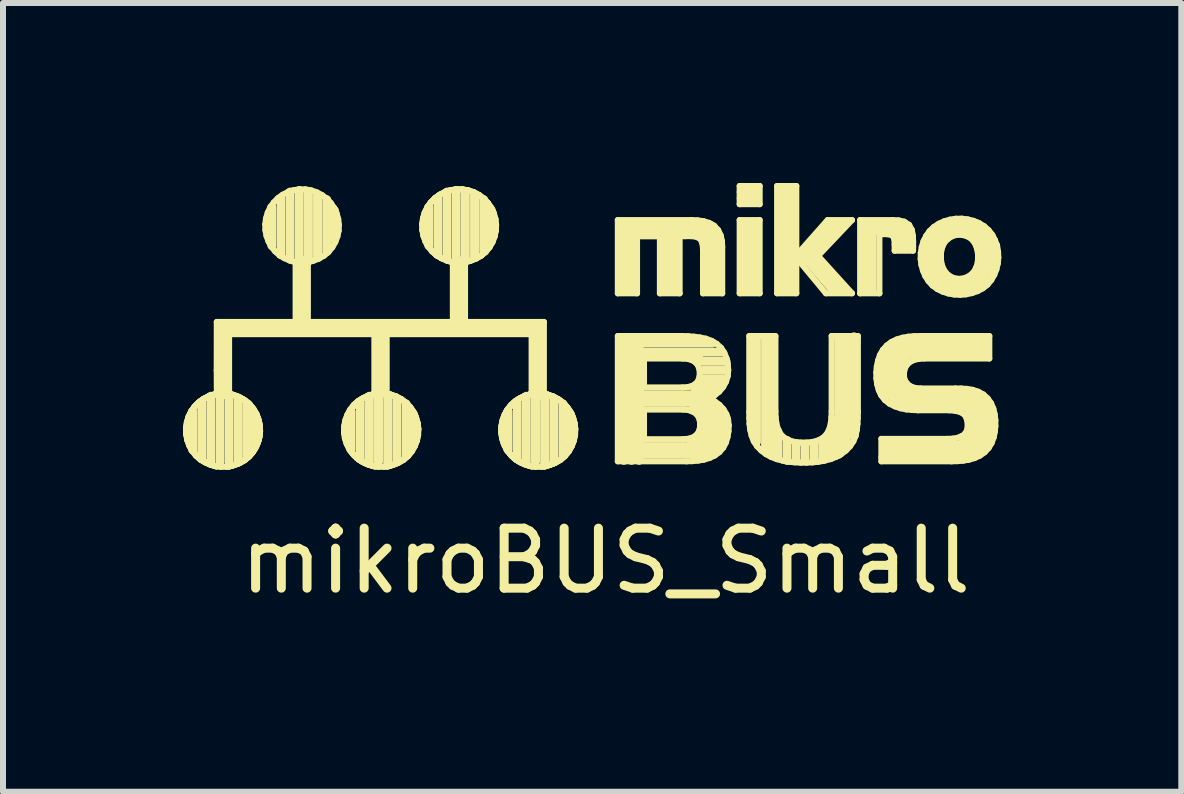
<source format=kicad_pcb>
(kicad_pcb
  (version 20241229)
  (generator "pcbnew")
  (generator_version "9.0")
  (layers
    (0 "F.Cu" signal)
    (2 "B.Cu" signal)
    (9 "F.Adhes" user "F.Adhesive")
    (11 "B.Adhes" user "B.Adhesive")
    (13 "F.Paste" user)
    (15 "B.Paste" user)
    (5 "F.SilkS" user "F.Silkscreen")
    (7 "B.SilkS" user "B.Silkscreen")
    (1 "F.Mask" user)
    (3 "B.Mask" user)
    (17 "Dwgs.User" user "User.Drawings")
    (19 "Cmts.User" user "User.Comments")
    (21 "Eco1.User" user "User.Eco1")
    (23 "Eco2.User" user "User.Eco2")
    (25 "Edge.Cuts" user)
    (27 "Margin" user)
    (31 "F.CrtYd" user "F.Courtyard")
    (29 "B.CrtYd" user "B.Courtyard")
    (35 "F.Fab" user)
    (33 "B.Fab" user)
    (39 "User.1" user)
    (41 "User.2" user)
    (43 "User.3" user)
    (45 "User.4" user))
  (footprint "mikroBUS_Small"
    (layer "F.Cu")
    (at 7.044 2.489)
    (property "Reference" "mikroBUS_Small" (at 0 3.81 0) (layer "F.SilkS") (effects (font (size 1 1) (thickness 0.15))))
    (attr through_hole)
    (fp_line (start -6.994 1.602) (end -6.991 1.701) (stroke (width 0.1) (type solid)) (layer "F.SilkS"))
    (fp_line (start -6.991 1.701) (end -6.973 1.797) (stroke (width 0.1) (type solid)) (layer "F.SilkS"))
    (fp_line (start -6.99 1.602) (end -6.987 1.701) (stroke (width 0.1) (type solid)) (layer "F.SilkS"))
    (fp_line (start -6.987 1.701) (end -6.968 1.797) (stroke (width 0.1) (type solid)) (layer "F.SilkS"))
    (fp_line (start -6.987 1.661) (end -6.974 1.759) (stroke (width 0.1) (type solid)) (layer "F.SilkS"))
    (fp_line (start -6.984 1.562) (end -6.987 1.661) (stroke (width 0.1) (type solid)) (layer "F.SilkS"))
    (fp_line (start -6.981 1.504) (end -6.994 1.602) (stroke (width 0.1) (type solid)) (layer "F.SilkS"))
    (fp_line (start -6.977 1.504) (end -6.99 1.602) (stroke (width 0.1) (type solid)) (layer "F.SilkS"))
    (fp_line (start -6.974 1.759) (end -6.945 1.853) (stroke (width 0.1) (type solid)) (layer "F.SilkS"))
    (fp_line (start -6.973 1.797) (end -6.939 1.89) (stroke (width 0.1) (type solid)) (layer "F.SilkS"))
    (fp_line (start -6.968 1.797) (end -6.935 1.89) (stroke (width 0.1) (type solid)) (layer "F.SilkS"))
    (fp_line (start -6.965 1.466) (end -6.984 1.562) (stroke (width 0.1) (type solid)) (layer "F.SilkS"))
    (fp_line (start -6.953 1.409) (end -6.981 1.504) (stroke (width 0.1) (type solid)) (layer "F.SilkS"))
    (fp_line (start -6.949 1.409) (end -6.977 1.504) (stroke (width 0.1) (type solid)) (layer "F.SilkS"))
    (fp_line (start -6.945 1.853) (end -6.902 1.942) (stroke (width 0.1) (type solid)) (layer "F.SilkS"))
    (fp_line (start -6.939 1.89) (end -6.891 1.977) (stroke (width 0.1) (type solid)) (layer "F.SilkS"))
    (fp_line (start -6.935 1.89) (end -6.886 1.977) (stroke (width 0.1) (type solid)) (layer "F.SilkS"))
    (fp_line (start -6.931 1.373) (end -6.965 1.466) (stroke (width 0.1) (type solid)) (layer "F.SilkS"))
    (fp_line (start -6.91 1.32) (end -6.953 1.409) (stroke (width 0.1) (type solid)) (layer "F.SilkS"))
    (fp_line (start -6.905 1.32) (end -6.949 1.409) (stroke (width 0.1) (type solid)) (layer "F.SilkS"))
    (fp_line (start -6.902 1.942) (end -6.845 2.023) (stroke (width 0.1) (type solid)) (layer "F.SilkS"))
    (fp_line (start -6.891 1.977) (end -6.829 2.055) (stroke (width 0.1) (type solid)) (layer "F.SilkS"))
    (fp_line (start -6.886 1.977) (end -6.825 2.055) (stroke (width 0.1) (type solid)) (layer "F.SilkS"))
    (fp_line (start -6.883 1.321) (end -6.883 1.956) (stroke (width 0.15) (type solid)) (layer "F.SilkS"))
    (fp_line (start -6.883 1.286) (end -6.931 1.373) (stroke (width 0.1) (type solid)) (layer "F.SilkS"))
    (fp_line (start -6.853 1.24) (end -6.91 1.32) (stroke (width 0.1) (type solid)) (layer "F.SilkS"))
    (fp_line (start -6.849 1.24) (end -6.905 1.32) (stroke (width 0.1) (type solid)) (layer "F.SilkS"))
    (fp_line (start -6.845 2.023) (end -6.776 2.094) (stroke (width 0.1) (type solid)) (layer "F.SilkS"))
    (fp_line (start -6.829 2.055) (end -6.756 2.12) (stroke (width 0.1) (type solid)) (layer "F.SilkS"))
    (fp_line (start -6.825 2.055) (end -6.752 2.12) (stroke (width 0.1) (type solid)) (layer "F.SilkS"))
    (fp_line (start -6.822 1.208) (end -6.883 1.286) (stroke (width 0.1) (type solid)) (layer "F.SilkS"))
    (fp_line (start -6.784 1.169) (end -6.853 1.24) (stroke (width 0.1) (type solid)) (layer "F.SilkS"))
    (fp_line (start -6.779 1.169) (end -6.849 1.24) (stroke (width 0.1) (type solid)) (layer "F.SilkS"))
    (fp_line (start -6.776 2.094) (end -6.697 2.152) (stroke (width 0.1) (type solid)) (layer "F.SilkS"))
    (fp_line (start -6.756 2.12) (end -6.672 2.169) (stroke (width 0.1) (type solid)) (layer "F.SilkS"))
    (fp_line (start -6.752 2.12) (end -6.668 2.169) (stroke (width 0.1) (type solid)) (layer "F.SilkS"))
    (fp_line (start -6.749 1.143) (end -6.822 1.208) (stroke (width 0.1) (type solid)) (layer "F.SilkS"))
    (fp_line (start -6.731 1.168) (end -6.731 2.108) (stroke (width 0.15) (type solid)) (layer "F.SilkS"))
    (fp_line (start -6.704 1.11) (end -6.784 1.169) (stroke (width 0.1) (type solid)) (layer "F.SilkS"))
    (fp_line (start -6.7 1.11) (end -6.779 1.169) (stroke (width 0.1) (type solid)) (layer "F.SilkS"))
    (fp_line (start -6.697 2.152) (end -6.609 2.197) (stroke (width 0.1) (type solid)) (layer "F.SilkS"))
    (fp_line (start -6.672 2.169) (end -6.582 2.207) (stroke (width 0.1) (type solid)) (layer "F.SilkS"))
    (fp_line (start -6.668 2.169) (end -6.578 2.207) (stroke (width 0.1) (type solid)) (layer "F.SilkS"))
    (fp_line (start -6.665 1.093) (end -6.749 1.143) (stroke (width 0.1) (type solid)) (layer "F.SilkS"))
    (fp_line (start -6.616 1.065) (end -6.704 1.11) (stroke (width 0.1) (type solid)) (layer "F.SilkS"))
    (fp_line (start -6.612 1.065) (end -6.7 1.11) (stroke (width 0.1) (type solid)) (layer "F.SilkS"))
    (fp_line (start -6.609 2.197) (end -6.515 2.228) (stroke (width 0.1) (type solid)) (layer "F.SilkS"))
    (fp_line (start -6.582 2.207) (end -6.488 2.238) (stroke (width 0.1) (type solid)) (layer "F.SilkS"))
    (fp_line (start -6.579 1.067) (end -6.579 2.184) (stroke (width 0.15) (type solid)) (layer "F.SilkS"))
    (fp_line (start -6.578 2.207) (end -6.483 2.238) (stroke (width 0.1) (type solid)) (layer "F.SilkS"))
    (fp_line (start -6.575 1.056) (end -6.665 1.093) (stroke (width 0.1) (type solid)) (layer "F.SilkS"))
    (fp_line (start -6.522 1.035) (end -6.616 1.065) (stroke (width 0.1) (type solid)) (layer "F.SilkS"))
    (fp_line (start -6.518 1.035) (end -6.612 1.065) (stroke (width 0.1) (type solid)) (layer "F.SilkS"))
    (fp_line (start -6.515 2.228) (end -6.417 2.243) (stroke (width 0.1) (type solid)) (layer "F.SilkS"))
    (fp_line (start -6.482 0.634) (end -6.48 1.024) (stroke (width 0.1) (type solid)) (layer "F.SilkS"))
    (fp_line (start -6.481 -0.173) (end -6.482 0.634) (stroke (width 0.1) (type solid)) (layer "F.SilkS"))
    (fp_line (start -6.48 1.024) (end -6.575 1.056) (stroke (width 0.1) (type solid)) (layer "F.SilkS"))
    (fp_line (start -6.452 -0.076) (end -1.092 -0.076) (stroke (width 0.15) (type solid)) (layer "F.SilkS"))
    (fp_line (start -6.426 1.041) (end -6.426 2.159) (stroke (width 0.15) (type solid)) (layer "F.SilkS"))
    (fp_line (start -6.424 1.02) (end -6.522 1.035) (stroke (width 0.1) (type solid)) (layer "F.SilkS"))
    (fp_line (start -6.42 1.02) (end -6.518 1.035) (stroke (width 0.1) (type solid)) (layer "F.SilkS"))
    (fp_line (start -6.417 2.243) (end -6.318 2.242) (stroke (width 0.1) (type solid)) (layer "F.SilkS"))
    (fp_line (start -6.375 -0.051) (end -6.375 1.041) (stroke (width 0.15) (type solid)) (layer "F.SilkS"))
    (fp_line (start -6.326 1.02) (end -6.424 1.02) (stroke (width 0.1) (type solid)) (layer "F.SilkS"))
    (fp_line (start -6.321 1.02) (end -6.42 1.02) (stroke (width 0.1) (type solid)) (layer "F.SilkS"))
    (fp_line (start -6.318 2.242) (end -6.221 2.225) (stroke (width 0.1) (type solid)) (layer "F.SilkS"))
    (fp_line (start -6.283 2.24) (end -6.188 2.21) (stroke (width 0.1) (type solid)) (layer "F.SilkS"))
    (fp_line (start -6.279 2.24) (end -6.184 2.21) (stroke (width 0.1) (type solid)) (layer "F.SilkS"))
    (fp_line (start -6.275 0.032) (end -3.854 0.032) (stroke (width 0.1) (type solid)) (layer "F.SilkS"))
    (fp_line (start -6.275 1.023) (end -6.275 0.032) (stroke (width 0.1) (type solid)) (layer "F.SilkS"))
    (fp_line (start -6.274 1.067) (end -6.274 2.21) (stroke (width 0.15) (type solid)) (layer "F.SilkS"))
    (fp_line (start -6.228 1.037) (end -6.326 1.02) (stroke (width 0.1) (type solid)) (layer "F.SilkS"))
    (fp_line (start -6.224 1.037) (end -6.321 1.02) (stroke (width 0.1) (type solid)) (layer "F.SilkS"))
    (fp_line (start -6.221 2.225) (end -6.127 2.193) (stroke (width 0.1) (type solid)) (layer "F.SilkS"))
    (fp_line (start -6.188 2.21) (end -6.097 2.174) (stroke (width 0.1) (type solid)) (layer "F.SilkS"))
    (fp_line (start -6.184 2.21) (end -6.093 2.174) (stroke (width 0.1) (type solid)) (layer "F.SilkS"))
    (fp_line (start -6.18 1.053) (end -6.275 1.023) (stroke (width 0.1) (type solid)) (layer "F.SilkS"))
    (fp_line (start -6.134 1.069) (end -6.228 1.037) (stroke (width 0.1) (type solid)) (layer "F.SilkS"))
    (fp_line (start -6.13 1.069) (end -6.224 1.037) (stroke (width 0.1) (type solid)) (layer "F.SilkS"))
    (fp_line (start -6.127 2.193) (end -6.04 2.147) (stroke (width 0.1) (type solid)) (layer "F.SilkS"))
    (fp_line (start -6.121 1.118) (end -6.121 2.159) (stroke (width 0.15) (type solid)) (layer "F.SilkS"))
    (fp_line (start -6.097 2.174) (end -6.012 2.126) (stroke (width 0.1) (type solid)) (layer "F.SilkS"))
    (fp_line (start -6.093 2.174) (end -6.008 2.126) (stroke (width 0.1) (type solid)) (layer "F.SilkS"))
    (fp_line (start -6.089 1.089) (end -6.18 1.053) (stroke (width 0.1) (type solid)) (layer "F.SilkS"))
    (fp_line (start -6.047 1.116) (end -6.134 1.069) (stroke (width 0.1) (type solid)) (layer "F.SilkS"))
    (fp_line (start -6.043 1.116) (end -6.13 1.069) (stroke (width 0.1) (type solid)) (layer "F.SilkS"))
    (fp_line (start -6.04 2.147) (end -5.961 2.087) (stroke (width 0.1) (type solid)) (layer "F.SilkS"))
    (fp_line (start -6.012 2.126) (end -5.938 2.062) (stroke (width 0.1) (type solid)) (layer "F.SilkS"))
    (fp_line (start -6.008 2.126) (end -5.934 2.062) (stroke (width 0.1) (type solid)) (layer "F.SilkS"))
    (fp_line (start -6.005 1.137) (end -6.089 1.089) (stroke (width 0.1) (type solid)) (layer "F.SilkS"))
    (fp_line (start -5.969 1.194) (end -5.969 2.057) (stroke (width 0.15) (type solid)) (layer "F.SilkS"))
    (fp_line (start -5.969 1.176) (end -6.047 1.116) (stroke (width 0.1) (type solid)) (layer "F.SilkS"))
    (fp_line (start -5.964 1.176) (end -6.043 1.116) (stroke (width 0.1) (type solid)) (layer "F.SilkS"))
    (fp_line (start -5.961 2.087) (end -5.893 2.015) (stroke (width 0.1) (type solid)) (layer "F.SilkS"))
    (fp_line (start -5.938 2.062) (end -5.875 1.986) (stroke (width 0.1) (type solid)) (layer "F.SilkS"))
    (fp_line (start -5.934 2.062) (end -5.871 1.986) (stroke (width 0.1) (type solid)) (layer "F.SilkS"))
    (fp_line (start -5.93 1.2) (end -6.005 1.137) (stroke (width 0.1) (type solid)) (layer "F.SilkS"))
    (fp_line (start -5.901 1.247) (end -5.969 1.176) (stroke (width 0.1) (type solid)) (layer "F.SilkS"))
    (fp_line (start -5.897 1.247) (end -5.964 1.176) (stroke (width 0.1) (type solid)) (layer "F.SilkS"))
    (fp_line (start -5.893 2.015) (end -5.838 1.934) (stroke (width 0.1) (type solid)) (layer "F.SilkS"))
    (fp_line (start -5.875 1.986) (end -5.826 1.899) (stroke (width 0.1) (type solid)) (layer "F.SilkS"))
    (fp_line (start -5.871 1.986) (end -5.821 1.899) (stroke (width 0.1) (type solid)) (layer "F.SilkS"))
    (fp_line (start -5.868 1.277) (end -5.93 1.2) (stroke (width 0.1) (type solid)) (layer "F.SilkS"))
    (fp_line (start -5.845 1.329) (end -5.901 1.247) (stroke (width 0.1) (type solid)) (layer "F.SilkS"))
    (fp_line (start -5.842 1.372) (end -5.842 1.854) (stroke (width 0.15) (type solid)) (layer "F.SilkS"))
    (fp_line (start -5.841 1.329) (end -5.897 1.247) (stroke (width 0.1) (type solid)) (layer "F.SilkS"))
    (fp_line (start -5.838 1.934) (end -5.796 1.844) (stroke (width 0.1) (type solid)) (layer "F.SilkS"))
    (fp_line (start -5.826 1.899) (end -5.79 1.807) (stroke (width 0.1) (type solid)) (layer "F.SilkS"))
    (fp_line (start -5.821 1.899) (end -5.786 1.807) (stroke (width 0.1) (type solid)) (layer "F.SilkS"))
    (fp_line (start -5.818 1.363) (end -5.868 1.277) (stroke (width 0.1) (type solid)) (layer "F.SilkS"))
    (fp_line (start -5.804 1.419) (end -5.845 1.329) (stroke (width 0.1) (type solid)) (layer "F.SilkS"))
    (fp_line (start -5.799 1.419) (end -5.841 1.329) (stroke (width 0.1) (type solid)) (layer "F.SilkS"))
    (fp_line (start -5.796 1.844) (end -5.769 1.749) (stroke (width 0.1) (type solid)) (layer "F.SilkS"))
    (fp_line (start -5.79 1.807) (end -5.77 1.711) (stroke (width 0.1) (type solid)) (layer "F.SilkS"))
    (fp_line (start -5.786 1.807) (end -5.766 1.711) (stroke (width 0.1) (type solid)) (layer "F.SilkS"))
    (fp_line (start -5.783 1.456) (end -5.818 1.363) (stroke (width 0.1) (type solid)) (layer "F.SilkS"))
    (fp_line (start -5.777 1.514) (end -5.804 1.419) (stroke (width 0.1) (type solid)) (layer "F.SilkS"))
    (fp_line (start -5.772 1.514) (end -5.799 1.419) (stroke (width 0.1) (type solid)) (layer "F.SilkS"))
    (fp_line (start -5.77 1.711) (end -5.765 1.612) (stroke (width 0.1) (type solid)) (layer "F.SilkS"))
    (fp_line (start -5.769 1.749) (end -5.758 1.65) (stroke (width 0.1) (type solid)) (layer "F.SilkS"))
    (fp_line (start -5.766 1.711) (end -5.761 1.612) (stroke (width 0.1) (type solid)) (layer "F.SilkS"))
    (fp_line (start -5.765 1.612) (end -5.777 1.514) (stroke (width 0.1) (type solid)) (layer "F.SilkS"))
    (fp_line (start -5.762 1.552) (end -5.783 1.456) (stroke (width 0.1) (type solid)) (layer "F.SilkS"))
    (fp_line (start -5.761 1.612) (end -5.772 1.514) (stroke (width 0.1) (type solid)) (layer "F.SilkS"))
    (fp_line (start -5.758 1.65) (end -5.762 1.552) (stroke (width 0.1) (type solid)) (layer "F.SilkS"))
    (fp_line (start -5.673 -1.801) (end -5.67 -1.703) (stroke (width 0.1) (type solid)) (layer "F.SilkS"))
    (fp_line (start -5.67 -1.703) (end -5.652 -1.606) (stroke (width 0.1) (type solid)) (layer "F.SilkS"))
    (fp_line (start -5.66 -1.899) (end -5.673 -1.801) (stroke (width 0.1) (type solid)) (layer "F.SilkS"))
    (fp_line (start -5.652 -1.606) (end -5.618 -1.513) (stroke (width 0.1) (type solid)) (layer "F.SilkS"))
    (fp_line (start -5.632 -1.994) (end -5.66 -1.899) (stroke (width 0.1) (type solid)) (layer "F.SilkS"))
    (fp_line (start -5.618 -1.513) (end -5.57 -1.426) (stroke (width 0.1) (type solid)) (layer "F.SilkS"))
    (fp_line (start -5.589 -2.083) (end -5.632 -1.994) (stroke (width 0.1) (type solid)) (layer "F.SilkS"))
    (fp_line (start -5.57 -1.426) (end -5.508 -1.349) (stroke (width 0.1) (type solid)) (layer "F.SilkS"))
    (fp_line (start -5.563 -2.083) (end -5.563 -1.448) (stroke (width 0.15) (type solid)) (layer "F.SilkS"))
    (fp_line (start -5.532 -2.164) (end -5.589 -2.083) (stroke (width 0.1) (type solid)) (layer "F.SilkS"))
    (fp_line (start -5.508 -1.349) (end -5.435 -1.284) (stroke (width 0.1) (type solid)) (layer "F.SilkS"))
    (fp_line (start -5.463 -2.235) (end -5.532 -2.164) (stroke (width 0.1) (type solid)) (layer "F.SilkS"))
    (fp_line (start -5.435 -1.284) (end -5.352 -1.234) (stroke (width 0.1) (type solid)) (layer "F.SilkS"))
    (fp_line (start -5.41 -2.235) (end -5.41 -1.295) (stroke (width 0.15) (type solid)) (layer "F.SilkS"))
    (fp_line (start -5.383 -2.293) (end -5.463 -2.235) (stroke (width 0.1) (type solid)) (layer "F.SilkS"))
    (fp_line (start -5.352 -1.234) (end -5.261 -1.197) (stroke (width 0.1) (type solid)) (layer "F.SilkS"))
    (fp_line (start -5.295 -2.338) (end -5.383 -2.293) (stroke (width 0.1) (type solid)) (layer "F.SilkS"))
    (fp_line (start -5.261 -1.197) (end -5.167 -1.165) (stroke (width 0.1) (type solid)) (layer "F.SilkS"))
    (fp_line (start -5.258 -2.337) (end -5.258 -1.219) (stroke (width 0.15) (type solid)) (layer "F.SilkS"))
    (fp_line (start -5.201 -2.369) (end -5.295 -2.338) (stroke (width 0.1) (type solid)) (layer "F.SilkS"))
    (fp_line (start -5.167 -1.165) (end -5.167 -0.173) (stroke (width 0.1) (type solid)) (layer "F.SilkS"))
    (fp_line (start -5.167 -0.173) (end -6.481 -0.173) (stroke (width 0.1) (type solid)) (layer "F.SilkS"))
    (fp_line (start -5.105 -2.362) (end -5.105 0) (stroke (width 0.15) (type solid)) (layer "F.SilkS"))
    (fp_line (start -5.104 -2.384) (end -5.201 -2.369) (stroke (width 0.1) (type solid)) (layer "F.SilkS"))
    (fp_line (start -5.029 -1.194) (end -5.055 0) (stroke (width 0.15) (type solid)) (layer "F.SilkS"))
    (fp_line (start -5.005 -2.383) (end -5.104 -2.384) (stroke (width 0.1) (type solid)) (layer "F.SilkS"))
    (fp_line (start -4.962 -1.164) (end -4.867 -1.194) (stroke (width 0.1) (type solid)) (layer "F.SilkS"))
    (fp_line (start -4.962 -0.173) (end -4.962 -1.164) (stroke (width 0.1) (type solid)) (layer "F.SilkS"))
    (fp_line (start -4.953 -2.337) (end -4.953 -1.194) (stroke (width 0.15) (type solid)) (layer "F.SilkS"))
    (fp_line (start -4.907 -2.366) (end -5.005 -2.383) (stroke (width 0.1) (type solid)) (layer "F.SilkS"))
    (fp_line (start -4.867 -1.194) (end -4.776 -1.23) (stroke (width 0.1) (type solid)) (layer "F.SilkS"))
    (fp_line (start -4.814 -2.334) (end -4.907 -2.366) (stroke (width 0.1) (type solid)) (layer "F.SilkS"))
    (fp_line (start -4.801 -2.286) (end -4.801 -1.245) (stroke (width 0.15) (type solid)) (layer "F.SilkS"))
    (fp_line (start -4.776 -1.23) (end -4.691 -1.278) (stroke (width 0.1) (type solid)) (layer "F.SilkS"))
    (fp_line (start -4.727 -2.288) (end -4.814 -2.334) (stroke (width 0.1) (type solid)) (layer "F.SilkS"))
    (fp_line (start -4.691 -1.278) (end -4.617 -1.341) (stroke (width 0.1) (type solid)) (layer "F.SilkS"))
    (fp_line (start -4.648 -2.21) (end -4.648 -1.346) (stroke (width 0.15) (type solid)) (layer "F.SilkS"))
    (fp_line (start -4.648 -2.228) (end -4.727 -2.288) (stroke (width 0.1) (type solid)) (layer "F.SilkS"))
    (fp_line (start -4.617 -1.341) (end -4.554 -1.418) (stroke (width 0.1) (type solid)) (layer "F.SilkS"))
    (fp_line (start -4.58 -2.156) (end -4.648 -2.228) (stroke (width 0.1) (type solid)) (layer "F.SilkS"))
    (fp_line (start -4.554 -1.418) (end -4.505 -1.504) (stroke (width 0.1) (type solid)) (layer "F.SilkS"))
    (fp_line (start -4.525 -2.074) (end -4.58 -2.156) (stroke (width 0.1) (type solid)) (layer "F.SilkS"))
    (fp_line (start -4.521 -2.032) (end -4.521 -1.549) (stroke (width 0.15) (type solid)) (layer "F.SilkS"))
    (fp_line (start -4.505 -1.504) (end -4.47 -1.597) (stroke (width 0.1) (type solid)) (layer "F.SilkS"))
    (fp_line (start -4.483 -1.985) (end -4.525 -2.074) (stroke (width 0.1) (type solid)) (layer "F.SilkS"))
    (fp_line (start -4.47 -1.597) (end -4.449 -1.693) (stroke (width 0.1) (type solid)) (layer "F.SilkS"))
    (fp_line (start -4.456 -1.889) (end -4.483 -1.985) (stroke (width 0.1) (type solid)) (layer "F.SilkS"))
    (fp_line (start -4.449 -1.693) (end -4.445 -1.791) (stroke (width 0.1) (type solid)) (layer "F.SilkS"))
    (fp_line (start -4.445 -1.791) (end -4.456 -1.889) (stroke (width 0.1) (type solid)) (layer "F.SilkS"))
    (fp_line (start -4.36 1.661) (end -4.347 1.759) (stroke (width 0.1) (type solid)) (layer "F.SilkS"))
    (fp_line (start -4.357 1.562) (end -4.36 1.661) (stroke (width 0.1) (type solid)) (layer "F.SilkS"))
    (fp_line (start -4.353 1.602) (end -4.35 1.701) (stroke (width 0.1) (type solid)) (layer "F.SilkS"))
    (fp_line (start -4.35 1.701) (end -4.331 1.797) (stroke (width 0.1) (type solid)) (layer "F.SilkS"))
    (fp_line (start -4.348 1.602) (end -4.345 1.701) (stroke (width 0.1) (type solid)) (layer "F.SilkS"))
    (fp_line (start -4.347 1.759) (end -4.318 1.853) (stroke (width 0.1) (type solid)) (layer "F.SilkS"))
    (fp_line (start -4.345 1.701) (end -4.327 1.797) (stroke (width 0.1) (type solid)) (layer "F.SilkS"))
    (fp_line (start -4.34 1.504) (end -4.353 1.602) (stroke (width 0.1) (type solid)) (layer "F.SilkS"))
    (fp_line (start -4.338 1.466) (end -4.357 1.562) (stroke (width 0.1) (type solid)) (layer "F.SilkS"))
    (fp_line (start -4.335 1.504) (end -4.348 1.602) (stroke (width 0.1) (type solid)) (layer "F.SilkS"))
    (fp_line (start -4.331 1.797) (end -4.297 1.89) (stroke (width 0.1) (type solid)) (layer "F.SilkS"))
    (fp_line (start -4.327 1.797) (end -4.293 1.89) (stroke (width 0.1) (type solid)) (layer "F.SilkS"))
    (fp_line (start -4.318 1.853) (end -4.275 1.942) (stroke (width 0.1) (type solid)) (layer "F.SilkS"))
    (fp_line (start -4.311 1.409) (end -4.34 1.504) (stroke (width 0.1) (type solid)) (layer "F.SilkS"))
    (fp_line (start -4.307 1.409) (end -4.335 1.504) (stroke (width 0.1) (type solid)) (layer "F.SilkS"))
    (fp_line (start -4.304 1.373) (end -4.338 1.466) (stroke (width 0.1) (type solid)) (layer "F.SilkS"))
    (fp_line (start -4.297 1.89) (end -4.249 1.977) (stroke (width 0.1) (type solid)) (layer "F.SilkS"))
    (fp_line (start -4.293 1.89) (end -4.245 1.977) (stroke (width 0.1) (type solid)) (layer "F.SilkS"))
    (fp_line (start -4.275 1.942) (end -4.218 2.023) (stroke (width 0.1) (type solid)) (layer "F.SilkS"))
    (fp_line (start -4.268 1.32) (end -4.311 1.409) (stroke (width 0.1) (type solid)) (layer "F.SilkS"))
    (fp_line (start -4.264 1.32) (end -4.307 1.409) (stroke (width 0.1) (type solid)) (layer "F.SilkS"))
    (fp_line (start -4.256 1.286) (end -4.304 1.373) (stroke (width 0.1) (type solid)) (layer "F.SilkS"))
    (fp_line (start -4.249 1.977) (end -4.188 2.055) (stroke (width 0.1) (type solid)) (layer "F.SilkS"))
    (fp_line (start -4.245 1.977) (end -4.183 2.055) (stroke (width 0.1) (type solid)) (layer "F.SilkS"))
    (fp_line (start -4.242 1.321) (end -4.242 1.956) (stroke (width 0.15) (type solid)) (layer "F.SilkS"))
    (fp_line (start -4.218 2.023) (end -4.149 2.094) (stroke (width 0.1) (type solid)) (layer "F.SilkS"))
    (fp_line (start -4.211 1.24) (end -4.268 1.32) (stroke (width 0.1) (type solid)) (layer "F.SilkS"))
    (fp_line (start -4.207 1.24) (end -4.264 1.32) (stroke (width 0.1) (type solid)) (layer "F.SilkS"))
    (fp_line (start -4.195 1.208) (end -4.256 1.286) (stroke (width 0.1) (type solid)) (layer "F.SilkS"))
    (fp_line (start -4.188 2.055) (end -4.114 2.12) (stroke (width 0.1) (type solid)) (layer "F.SilkS"))
    (fp_line (start -4.183 2.055) (end -4.11 2.12) (stroke (width 0.1) (type solid)) (layer "F.SilkS"))
    (fp_line (start -4.149 2.094) (end -4.07 2.152) (stroke (width 0.1) (type solid)) (layer "F.SilkS"))
    (fp_line (start -4.142 1.169) (end -4.211 1.24) (stroke (width 0.1) (type solid)) (layer "F.SilkS"))
    (fp_line (start -4.138 1.169) (end -4.207 1.24) (stroke (width 0.1) (type solid)) (layer "F.SilkS"))
    (fp_line (start -4.122 1.143) (end -4.195 1.208) (stroke (width 0.1) (type solid)) (layer "F.SilkS"))
    (fp_line (start -4.114 2.12) (end -4.031 2.169) (stroke (width 0.1) (type solid)) (layer "F.SilkS"))
    (fp_line (start -4.11 2.12) (end -4.027 2.169) (stroke (width 0.1) (type solid)) (layer "F.SilkS"))
    (fp_line (start -4.089 1.168) (end -4.089 2.108) (stroke (width 0.15) (type solid)) (layer "F.SilkS"))
    (fp_line (start -4.07 2.152) (end -3.982 2.197) (stroke (width 0.1) (type solid)) (layer "F.SilkS"))
    (fp_line (start -4.063 1.11) (end -4.142 1.169) (stroke (width 0.1) (type solid)) (layer "F.SilkS"))
    (fp_line (start -4.058 1.11) (end -4.138 1.169) (stroke (width 0.1) (type solid)) (layer "F.SilkS"))
    (fp_line (start -4.038 1.093) (end -4.122 1.143) (stroke (width 0.1) (type solid)) (layer "F.SilkS"))
    (fp_line (start -4.031 2.169) (end -3.94 2.207) (stroke (width 0.1) (type solid)) (layer "F.SilkS"))
    (fp_line (start -4.027 2.169) (end -3.936 2.207) (stroke (width 0.1) (type solid)) (layer "F.SilkS"))
    (fp_line (start -3.982 2.197) (end -3.888 2.228) (stroke (width 0.1) (type solid)) (layer "F.SilkS"))
    (fp_line (start -3.975 1.065) (end -4.063 1.11) (stroke (width 0.1) (type solid)) (layer "F.SilkS"))
    (fp_line (start -3.97 1.065) (end -4.058 1.11) (stroke (width 0.1) (type solid)) (layer "F.SilkS"))
    (fp_line (start -3.948 1.056) (end -4.038 1.093) (stroke (width 0.1) (type solid)) (layer "F.SilkS"))
    (fp_line (start -3.94 2.207) (end -3.846 2.238) (stroke (width 0.1) (type solid)) (layer "F.SilkS"))
    (fp_line (start -3.937 1.067) (end -3.937 2.184) (stroke (width 0.15) (type solid)) (layer "F.SilkS"))
    (fp_line (start -3.936 2.207) (end -3.842 2.238) (stroke (width 0.1) (type solid)) (layer "F.SilkS"))
    (fp_line (start -3.888 2.228) (end -3.79 2.243) (stroke (width 0.1) (type solid)) (layer "F.SilkS"))
    (fp_line (start -3.881 1.035) (end -3.975 1.065) (stroke (width 0.1) (type solid)) (layer "F.SilkS"))
    (fp_line (start -3.876 1.035) (end -3.97 1.065) (stroke (width 0.1) (type solid)) (layer "F.SilkS"))
    (fp_line (start -3.854 0.032) (end -3.854 1.024) (stroke (width 0.1) (type solid)) (layer "F.SilkS"))
    (fp_line (start -3.854 1.024) (end -3.948 1.056) (stroke (width 0.1) (type solid)) (layer "F.SilkS"))
    (fp_line (start -3.79 2.243) (end -3.691 2.242) (stroke (width 0.1) (type solid)) (layer "F.SilkS"))
    (fp_line (start -3.785 1.041) (end -3.785 2.159) (stroke (width 0.15) (type solid)) (layer "F.SilkS"))
    (fp_line (start -3.783 1.02) (end -3.881 1.035) (stroke (width 0.1) (type solid)) (layer "F.SilkS"))
    (fp_line (start -3.779 1.02) (end -3.876 1.035) (stroke (width 0.1) (type solid)) (layer "F.SilkS"))
    (fp_line (start -3.759 -0.051) (end -3.759 1.041) (stroke (width 0.15) (type solid)) (layer "F.SilkS"))
    (fp_line (start -3.691 2.242) (end -3.594 2.225) (stroke (width 0.1) (type solid)) (layer "F.SilkS"))
    (fp_line (start -3.684 1.02) (end -3.783 1.02) (stroke (width 0.1) (type solid)) (layer "F.SilkS"))
    (fp_line (start -3.68 1.02) (end -3.779 1.02) (stroke (width 0.1) (type solid)) (layer "F.SilkS"))
    (fp_line (start -3.648 0.032) (end -1.233 0.032) (stroke (width 0.1) (type solid)) (layer "F.SilkS"))
    (fp_line (start -3.648 1.023) (end -3.648 0.032) (stroke (width 0.1) (type solid)) (layer "F.SilkS"))
    (fp_line (start -3.641 2.24) (end -3.546 2.21) (stroke (width 0.1) (type solid)) (layer "F.SilkS"))
    (fp_line (start -3.637 2.24) (end -3.542 2.21) (stroke (width 0.1) (type solid)) (layer "F.SilkS"))
    (fp_line (start -3.632 1.067) (end -3.632 2.21) (stroke (width 0.15) (type solid)) (layer "F.SilkS"))
    (fp_line (start -3.594 2.225) (end -3.5 2.193) (stroke (width 0.1) (type solid)) (layer "F.SilkS"))
    (fp_line (start -3.586 1.037) (end -3.684 1.02) (stroke (width 0.1) (type solid)) (layer "F.SilkS"))
    (fp_line (start -3.582 1.037) (end -3.68 1.02) (stroke (width 0.1) (type solid)) (layer "F.SilkS"))
    (fp_line (start -3.554 1.053) (end -3.648 1.023) (stroke (width 0.1) (type solid)) (layer "F.SilkS"))
    (fp_line (start -3.546 2.21) (end -3.455 2.174) (stroke (width 0.1) (type solid)) (layer "F.SilkS"))
    (fp_line (start -3.542 2.21) (end -3.451 2.174) (stroke (width 0.1) (type solid)) (layer "F.SilkS"))
    (fp_line (start -3.5 2.193) (end -3.413 2.147) (stroke (width 0.1) (type solid)) (layer "F.SilkS"))
    (fp_line (start -3.493 1.069) (end -3.586 1.037) (stroke (width 0.1) (type solid)) (layer "F.SilkS"))
    (fp_line (start -3.489 1.069) (end -3.582 1.037) (stroke (width 0.1) (type solid)) (layer "F.SilkS"))
    (fp_line (start -3.48 1.118) (end -3.48 2.159) (stroke (width 0.15) (type solid)) (layer "F.SilkS"))
    (fp_line (start -3.462 1.089) (end -3.554 1.053) (stroke (width 0.1) (type solid)) (layer "F.SilkS"))
    (fp_line (start -3.455 2.174) (end -3.371 2.126) (stroke (width 0.1) (type solid)) (layer "F.SilkS"))
    (fp_line (start -3.451 2.174) (end -3.367 2.126) (stroke (width 0.1) (type solid)) (layer "F.SilkS"))
    (fp_line (start -3.413 2.147) (end -3.334 2.087) (stroke (width 0.1) (type solid)) (layer "F.SilkS"))
    (fp_line (start -3.406 1.116) (end -3.493 1.069) (stroke (width 0.1) (type solid)) (layer "F.SilkS"))
    (fp_line (start -3.401 1.116) (end -3.489 1.069) (stroke (width 0.1) (type solid)) (layer "F.SilkS"))
    (fp_line (start -3.378 1.137) (end -3.462 1.089) (stroke (width 0.1) (type solid)) (layer "F.SilkS"))
    (fp_line (start -3.371 2.126) (end -3.296 2.062) (stroke (width 0.1) (type solid)) (layer "F.SilkS"))
    (fp_line (start -3.367 2.126) (end -3.292 2.062) (stroke (width 0.1) (type solid)) (layer "F.SilkS"))
    (fp_line (start -3.334 2.087) (end -3.266 2.015) (stroke (width 0.1) (type solid)) (layer "F.SilkS"))
    (fp_line (start -3.327 1.194) (end -3.327 2.057) (stroke (width 0.15) (type solid)) (layer "F.SilkS"))
    (fp_line (start -3.327 1.176) (end -3.406 1.116) (stroke (width 0.1) (type solid)) (layer "F.SilkS"))
    (fp_line (start -3.323 1.176) (end -3.401 1.116) (stroke (width 0.1) (type solid)) (layer "F.SilkS"))
    (fp_line (start -3.304 1.2) (end -3.378 1.137) (stroke (width 0.1) (type solid)) (layer "F.SilkS"))
    (fp_line (start -3.296 2.062) (end -3.234 1.986) (stroke (width 0.1) (type solid)) (layer "F.SilkS"))
    (fp_line (start -3.292 2.062) (end -3.229 1.986) (stroke (width 0.1) (type solid)) (layer "F.SilkS"))
    (fp_line (start -3.266 2.015) (end -3.211 1.933) (stroke (width 0.1) (type solid)) (layer "F.SilkS"))
    (fp_line (start -3.259 1.247) (end -3.327 1.176) (stroke (width 0.1) (type solid)) (layer "F.SilkS"))
    (fp_line (start -3.255 1.247) (end -3.323 1.176) (stroke (width 0.1) (type solid)) (layer "F.SilkS"))
    (fp_line (start -3.241 1.277) (end -3.304 1.2) (stroke (width 0.1) (type solid)) (layer "F.SilkS"))
    (fp_line (start -3.234 1.986) (end -3.184 1.899) (stroke (width 0.1) (type solid)) (layer "F.SilkS"))
    (fp_line (start -3.229 1.986) (end -3.18 1.899) (stroke (width 0.1) (type solid)) (layer "F.SilkS"))
    (fp_line (start -3.211 1.933) (end -3.169 1.844) (stroke (width 0.1) (type solid)) (layer "F.SilkS"))
    (fp_line (start -3.204 1.329) (end -3.259 1.247) (stroke (width 0.1) (type solid)) (layer "F.SilkS"))
    (fp_line (start -3.2 1.372) (end -3.2 1.854) (stroke (width 0.15) (type solid)) (layer "F.SilkS"))
    (fp_line (start -3.199 1.329) (end -3.255 1.247) (stroke (width 0.1) (type solid)) (layer "F.SilkS"))
    (fp_line (start -3.191 1.363) (end -3.241 1.277) (stroke (width 0.1) (type solid)) (layer "F.SilkS"))
    (fp_line (start -3.184 1.899) (end -3.149 1.807) (stroke (width 0.1) (type solid)) (layer "F.SilkS"))
    (fp_line (start -3.18 1.899) (end -3.144 1.807) (stroke (width 0.1) (type solid)) (layer "F.SilkS"))
    (fp_line (start -3.169 1.844) (end -3.142 1.748) (stroke (width 0.1) (type solid)) (layer "F.SilkS"))
    (fp_line (start -3.162 1.419) (end -3.204 1.329) (stroke (width 0.1) (type solid)) (layer "F.SilkS"))
    (fp_line (start -3.158 1.419) (end -3.199 1.329) (stroke (width 0.1) (type solid)) (layer "F.SilkS"))
    (fp_line (start -3.156 1.456) (end -3.191 1.363) (stroke (width 0.1) (type solid)) (layer "F.SilkS"))
    (fp_line (start -3.149 1.807) (end -3.128 1.711) (stroke (width 0.1) (type solid)) (layer "F.SilkS"))
    (fp_line (start -3.144 1.807) (end -3.124 1.711) (stroke (width 0.1) (type solid)) (layer "F.SilkS"))
    (fp_line (start -3.142 1.748) (end -3.131 1.65) (stroke (width 0.1) (type solid)) (layer "F.SilkS"))
    (fp_line (start -3.136 1.552) (end -3.156 1.456) (stroke (width 0.1) (type solid)) (layer "F.SilkS"))
    (fp_line (start -3.135 1.514) (end -3.162 1.419) (stroke (width 0.1) (type solid)) (layer "F.SilkS"))
    (fp_line (start -3.131 1.65) (end -3.136 1.552) (stroke (width 0.1) (type solid)) (layer "F.SilkS"))
    (fp_line (start -3.131 1.514) (end -3.158 1.419) (stroke (width 0.1) (type solid)) (layer "F.SilkS"))
    (fp_line (start -3.128 1.711) (end -3.124 1.612) (stroke (width 0.1) (type solid)) (layer "F.SilkS"))
    (fp_line (start -3.124 1.711) (end -3.119 1.612) (stroke (width 0.1) (type solid)) (layer "F.SilkS"))
    (fp_line (start -3.124 1.612) (end -3.135 1.514) (stroke (width 0.1) (type solid)) (layer "F.SilkS"))
    (fp_line (start -3.119 1.612) (end -3.131 1.514) (stroke (width 0.1) (type solid)) (layer "F.SilkS"))
    (fp_line (start -3.057 -1.801) (end -3.054 -1.703) (stroke (width 0.1) (type solid)) (layer "F.SilkS"))
    (fp_line (start -3.054 -1.703) (end -3.036 -1.606) (stroke (width 0.1) (type solid)) (layer "F.SilkS"))
    (fp_line (start -3.053 -1.801) (end -3.05 -1.703) (stroke (width 0.1) (type solid)) (layer "F.SilkS"))
    (fp_line (start -3.05 -1.703) (end -3.031 -1.606) (stroke (width 0.1) (type solid)) (layer "F.SilkS"))
    (fp_line (start -3.044 -1.899) (end -3.057 -1.801) (stroke (width 0.1) (type solid)) (layer "F.SilkS"))
    (fp_line (start -3.04 -1.899) (end -3.053 -1.801) (stroke (width 0.1) (type solid)) (layer "F.SilkS"))
    (fp_line (start -3.036 -1.606) (end -3.002 -1.513) (stroke (width 0.1) (type solid)) (layer "F.SilkS"))
    (fp_line (start -3.031 -1.606) (end -2.998 -1.513) (stroke (width 0.1) (type solid)) (layer "F.SilkS"))
    (fp_line (start -3.016 -1.994) (end -3.044 -1.899) (stroke (width 0.1) (type solid)) (layer "F.SilkS"))
    (fp_line (start -3.012 -1.994) (end -3.04 -1.899) (stroke (width 0.1) (type solid)) (layer "F.SilkS"))
    (fp_line (start -3.002 -1.513) (end -2.954 -1.426) (stroke (width 0.1) (type solid)) (layer "F.SilkS"))
    (fp_line (start -2.998 -1.513) (end -2.949 -1.426) (stroke (width 0.1) (type solid)) (layer "F.SilkS"))
    (fp_line (start -2.973 -2.083) (end -3.016 -1.994) (stroke (width 0.1) (type solid)) (layer "F.SilkS"))
    (fp_line (start -2.968 -2.083) (end -3.012 -1.994) (stroke (width 0.1) (type solid)) (layer "F.SilkS"))
    (fp_line (start -2.954 -1.426) (end -2.892 -1.349) (stroke (width 0.1) (type solid)) (layer "F.SilkS"))
    (fp_line (start -2.949 -1.426) (end -2.888 -1.348) (stroke (width 0.1) (type solid)) (layer "F.SilkS"))
    (fp_line (start -2.946 -2.083) (end -2.946 -1.448) (stroke (width 0.15) (type solid)) (layer "F.SilkS"))
    (fp_line (start -2.916 -2.164) (end -2.973 -2.083) (stroke (width 0.1) (type solid)) (layer "F.SilkS"))
    (fp_line (start -2.912 -2.164) (end -2.968 -2.083) (stroke (width 0.1) (type solid)) (layer "F.SilkS"))
    (fp_line (start -2.892 -1.349) (end -2.819 -1.284) (stroke (width 0.1) (type solid)) (layer "F.SilkS"))
    (fp_line (start -2.888 -1.348) (end -2.815 -1.284) (stroke (width 0.1) (type solid)) (layer "F.SilkS"))
    (fp_line (start -2.847 -2.235) (end -2.916 -2.164) (stroke (width 0.1) (type solid)) (layer "F.SilkS"))
    (fp_line (start -2.842 -2.235) (end -2.912 -2.164) (stroke (width 0.1) (type solid)) (layer "F.SilkS"))
    (fp_line (start -2.819 -1.284) (end -2.735 -1.234) (stroke (width 0.1) (type solid)) (layer "F.SilkS"))
    (fp_line (start -2.815 -1.284) (end -2.731 -1.234) (stroke (width 0.1) (type solid)) (layer "F.SilkS"))
    (fp_line (start -2.794 -2.235) (end -2.794 -1.295) (stroke (width 0.15) (type solid)) (layer "F.SilkS"))
    (fp_line (start -2.767 -2.293) (end -2.847 -2.235) (stroke (width 0.1) (type solid)) (layer "F.SilkS"))
    (fp_line (start -2.763 -2.293) (end -2.842 -2.235) (stroke (width 0.1) (type solid)) (layer "F.SilkS"))
    (fp_line (start -2.735 -1.234) (end -2.645 -1.197) (stroke (width 0.1) (type solid)) (layer "F.SilkS"))
    (fp_line (start -2.731 -1.234) (end -2.641 -1.197) (stroke (width 0.1) (type solid)) (layer "F.SilkS"))
    (fp_line (start -2.679 -2.338) (end -2.767 -2.293) (stroke (width 0.1) (type solid)) (layer "F.SilkS"))
    (fp_line (start -2.675 -2.338) (end -2.763 -2.293) (stroke (width 0.1) (type solid)) (layer "F.SilkS"))
    (fp_line (start -2.645 -1.197) (end -2.551 -1.165) (stroke (width 0.1) (type solid)) (layer "F.SilkS"))
    (fp_line (start -2.642 -2.337) (end -2.642 -1.219) (stroke (width 0.15) (type solid)) (layer "F.SilkS"))
    (fp_line (start -2.641 -1.197) (end -2.546 -1.165) (stroke (width 0.1) (type solid)) (layer "F.SilkS"))
    (fp_line (start -2.585 -2.369) (end -2.679 -2.338) (stroke (width 0.1) (type solid)) (layer "F.SilkS"))
    (fp_line (start -2.581 -2.369) (end -2.675 -2.338) (stroke (width 0.1) (type solid)) (layer "F.SilkS"))
    (fp_line (start -2.546 -1.165) (end -2.546 -0.173) (stroke (width 0.1) (type solid)) (layer "F.SilkS"))
    (fp_line (start -2.546 -0.173) (end -4.962 -0.173) (stroke (width 0.1) (type solid)) (layer "F.SilkS"))
    (fp_line (start -2.489 -2.362) (end -2.489 -1.245) (stroke (width 0.15) (type solid)) (layer "F.SilkS"))
    (fp_line (start -2.487 -2.384) (end -2.585 -2.369) (stroke (width 0.1) (type solid)) (layer "F.SilkS"))
    (fp_line (start -2.483 -2.384) (end -2.581 -2.369) (stroke (width 0.1) (type solid)) (layer "F.SilkS"))
    (fp_line (start -2.438 -1.194) (end -2.438 -0.152) (stroke (width 0.15) (type solid)) (layer "F.SilkS"))
    (fp_line (start -2.389 -2.383) (end -2.487 -2.384) (stroke (width 0.1) (type solid)) (layer "F.SilkS"))
    (fp_line (start -2.384 -2.383) (end -2.483 -2.384) (stroke (width 0.1) (type solid)) (layer "F.SilkS"))
    (fp_line (start -2.346 -1.164) (end -2.251 -1.194) (stroke (width 0.1) (type solid)) (layer "F.SilkS"))
    (fp_line (start -2.342 -1.164) (end -2.247 -1.194) (stroke (width 0.1) (type solid)) (layer "F.SilkS"))
    (fp_line (start -2.342 -0.173) (end -2.342 -1.164) (stroke (width 0.1) (type solid)) (layer "F.SilkS"))
    (fp_line (start -2.337 -2.337) (end -2.337 -1.194) (stroke (width 0.15) (type solid)) (layer "F.SilkS"))
    (fp_line (start -2.291 -2.366) (end -2.389 -2.383) (stroke (width 0.1) (type solid)) (layer "F.SilkS"))
    (fp_line (start -2.287 -2.366) (end -2.384 -2.383) (stroke (width 0.1) (type solid)) (layer "F.SilkS"))
    (fp_line (start -2.251 -1.194) (end -2.16 -1.23) (stroke (width 0.1) (type solid)) (layer "F.SilkS"))
    (fp_line (start -2.247 -1.194) (end -2.156 -1.23) (stroke (width 0.1) (type solid)) (layer "F.SilkS"))
    (fp_line (start -2.197 -2.334) (end -2.291 -2.366) (stroke (width 0.1) (type solid)) (layer "F.SilkS"))
    (fp_line (start -2.193 -2.334) (end -2.287 -2.366) (stroke (width 0.1) (type solid)) (layer "F.SilkS"))
    (fp_line (start -2.184 -2.286) (end -2.184 -1.245) (stroke (width 0.15) (type solid)) (layer "F.SilkS"))
    (fp_line (start -2.16 -1.23) (end -2.075 -1.278) (stroke (width 0.1) (type solid)) (layer "F.SilkS"))
    (fp_line (start -2.156 -1.23) (end -2.071 -1.278) (stroke (width 0.1) (type solid)) (layer "F.SilkS"))
    (fp_line (start -2.11 -2.288) (end -2.197 -2.334) (stroke (width 0.1) (type solid)) (layer "F.SilkS"))
    (fp_line (start -2.106 -2.288) (end -2.193 -2.334) (stroke (width 0.1) (type solid)) (layer "F.SilkS"))
    (fp_line (start -2.075 -1.278) (end -2.001 -1.341) (stroke (width 0.1) (type solid)) (layer "F.SilkS"))
    (fp_line (start -2.071 -1.278) (end -1.997 -1.341) (stroke (width 0.1) (type solid)) (layer "F.SilkS"))
    (fp_line (start -2.032 -2.21) (end -2.032 -1.346) (stroke (width 0.15) (type solid)) (layer "F.SilkS"))
    (fp_line (start -2.032 -2.228) (end -2.11 -2.288) (stroke (width 0.1) (type solid)) (layer "F.SilkS"))
    (fp_line (start -2.027 -2.228) (end -2.106 -2.288) (stroke (width 0.1) (type solid)) (layer "F.SilkS"))
    (fp_line (start -2.001 -1.341) (end -1.938 -1.418) (stroke (width 0.1) (type solid)) (layer "F.SilkS"))
    (fp_line (start -1.997 -1.341) (end -1.934 -1.418) (stroke (width 0.1) (type solid)) (layer "F.SilkS"))
    (fp_line (start -1.964 -2.156) (end -2.032 -2.228) (stroke (width 0.1) (type solid)) (layer "F.SilkS"))
    (fp_line (start -1.96 -2.156) (end -2.027 -2.228) (stroke (width 0.1) (type solid)) (layer "F.SilkS"))
    (fp_line (start -1.938 -1.418) (end -1.889 -1.504) (stroke (width 0.1) (type solid)) (layer "F.SilkS"))
    (fp_line (start -1.934 -1.418) (end -1.884 -1.504) (stroke (width 0.1) (type solid)) (layer "F.SilkS"))
    (fp_line (start -1.908 -2.074) (end -1.964 -2.156) (stroke (width 0.1) (type solid)) (layer "F.SilkS"))
    (fp_line (start -1.905 -2.032) (end -1.905 -1.549) (stroke (width 0.15) (type solid)) (layer "F.SilkS"))
    (fp_line (start -1.904 -2.074) (end -1.96 -2.156) (stroke (width 0.1) (type solid)) (layer "F.SilkS"))
    (fp_line (start -1.889 -1.504) (end -1.853 -1.597) (stroke (width 0.1) (type solid)) (layer "F.SilkS"))
    (fp_line (start -1.884 -1.504) (end -1.849 -1.597) (stroke (width 0.1) (type solid)) (layer "F.SilkS"))
    (fp_line (start -1.867 -1.985) (end -1.908 -2.074) (stroke (width 0.1) (type solid)) (layer "F.SilkS"))
    (fp_line (start -1.862 -1.985) (end -1.904 -2.074) (stroke (width 0.1) (type solid)) (layer "F.SilkS"))
    (fp_line (start -1.853 -1.597) (end -1.833 -1.693) (stroke (width 0.1) (type solid)) (layer "F.SilkS"))
    (fp_line (start -1.849 -1.597) (end -1.829 -1.693) (stroke (width 0.1) (type solid)) (layer "F.SilkS"))
    (fp_line (start -1.84 -1.889) (end -1.867 -1.985) (stroke (width 0.1) (type solid)) (layer "F.SilkS"))
    (fp_line (start -1.835 -1.889) (end -1.862 -1.985) (stroke (width 0.1) (type solid)) (layer "F.SilkS"))
    (fp_line (start -1.833 -1.693) (end -1.828 -1.791) (stroke (width 0.1) (type solid)) (layer "F.SilkS"))
    (fp_line (start -1.829 -1.693) (end -1.824 -1.791) (stroke (width 0.1) (type solid)) (layer "F.SilkS"))
    (fp_line (start -1.828 -1.791) (end -1.84 -1.889) (stroke (width 0.1) (type solid)) (layer "F.SilkS"))
    (fp_line (start -1.824 -1.791) (end -1.835 -1.889) (stroke (width 0.1) (type solid)) (layer "F.SilkS"))
    (fp_line (start -1.74 1.66) (end -1.727 1.758) (stroke (width 0.1) (type solid)) (layer "F.SilkS"))
    (fp_line (start -1.737 1.562) (end -1.74 1.66) (stroke (width 0.1) (type solid)) (layer "F.SilkS"))
    (fp_line (start -1.736 1.602) (end -1.733 1.701) (stroke (width 0.1) (type solid)) (layer "F.SilkS"))
    (fp_line (start -1.733 1.701) (end -1.715 1.797) (stroke (width 0.1) (type solid)) (layer "F.SilkS"))
    (fp_line (start -1.732 1.602) (end -1.729 1.701) (stroke (width 0.1) (type solid)) (layer "F.SilkS"))
    (fp_line (start -1.729 1.701) (end -1.711 1.797) (stroke (width 0.1) (type solid)) (layer "F.SilkS"))
    (fp_line (start -1.727 1.758) (end -1.698 1.853) (stroke (width 0.1) (type solid)) (layer "F.SilkS"))
    (fp_line (start -1.723 1.504) (end -1.736 1.602) (stroke (width 0.1) (type solid)) (layer "F.SilkS"))
    (fp_line (start -1.719 1.504) (end -1.732 1.602) (stroke (width 0.1) (type solid)) (layer "F.SilkS"))
    (fp_line (start -1.718 1.465) (end -1.737 1.562) (stroke (width 0.1) (type solid)) (layer "F.SilkS"))
    (fp_line (start -1.715 1.797) (end -1.681 1.89) (stroke (width 0.1) (type solid)) (layer "F.SilkS"))
    (fp_line (start -1.711 1.797) (end -1.677 1.89) (stroke (width 0.1) (type solid)) (layer "F.SilkS"))
    (fp_line (start -1.698 1.853) (end -1.655 1.942) (stroke (width 0.1) (type solid)) (layer "F.SilkS"))
    (fp_line (start -1.695 1.409) (end -1.723 1.504) (stroke (width 0.1) (type solid)) (layer "F.SilkS"))
    (fp_line (start -1.691 1.409) (end -1.719 1.504) (stroke (width 0.1) (type solid)) (layer "F.SilkS"))
    (fp_line (start -1.684 1.372) (end -1.718 1.465) (stroke (width 0.1) (type solid)) (layer "F.SilkS"))
    (fp_line (start -1.681 1.89) (end -1.633 1.977) (stroke (width 0.1) (type solid)) (layer "F.SilkS"))
    (fp_line (start -1.677 1.89) (end -1.629 1.977) (stroke (width 0.1) (type solid)) (layer "F.SilkS"))
    (fp_line (start -1.655 1.942) (end -1.598 2.023) (stroke (width 0.1) (type solid)) (layer "F.SilkS"))
    (fp_line (start -1.652 1.32) (end -1.695 1.409) (stroke (width 0.1) (type solid)) (layer "F.SilkS"))
    (fp_line (start -1.648 1.32) (end -1.691 1.409) (stroke (width 0.1) (type solid)) (layer "F.SilkS"))
    (fp_line (start -1.636 1.286) (end -1.684 1.372) (stroke (width 0.1) (type solid)) (layer "F.SilkS"))
    (fp_line (start -1.633 1.977) (end -1.571 2.055) (stroke (width 0.1) (type solid)) (layer "F.SilkS"))
    (fp_line (start -1.629 1.977) (end -1.567 2.055) (stroke (width 0.1) (type solid)) (layer "F.SilkS"))
    (fp_line (start -1.626 1.321) (end -1.626 1.956) (stroke (width 0.15) (type solid)) (layer "F.SilkS"))
    (fp_line (start -1.598 2.023) (end -1.529 2.094) (stroke (width 0.1) (type solid)) (layer "F.SilkS"))
    (fp_line (start -1.595 1.24) (end -1.652 1.32) (stroke (width 0.1) (type solid)) (layer "F.SilkS"))
    (fp_line (start -1.591 1.24) (end -1.648 1.32) (stroke (width 0.1) (type solid)) (layer "F.SilkS"))
    (fp_line (start -1.574 1.208) (end -1.636 1.286) (stroke (width 0.1) (type solid)) (layer "F.SilkS"))
    (fp_line (start -1.571 2.055) (end -1.498 2.12) (stroke (width 0.1) (type solid)) (layer "F.SilkS"))
    (fp_line (start -1.567 2.055) (end -1.494 2.12) (stroke (width 0.1) (type solid)) (layer "F.SilkS"))
    (fp_line (start -1.529 2.094) (end -1.45 2.152) (stroke (width 0.1) (type solid)) (layer "F.SilkS"))
    (fp_line (start -1.526 1.169) (end -1.595 1.24) (stroke (width 0.1) (type solid)) (layer "F.SilkS"))
    (fp_line (start -1.522 1.169) (end -1.591 1.24) (stroke (width 0.1) (type solid)) (layer "F.SilkS"))
    (fp_line (start -1.501 1.143) (end -1.574 1.208) (stroke (width 0.1) (type solid)) (layer "F.SilkS"))
    (fp_line (start -1.498 2.12) (end -1.415 2.169) (stroke (width 0.1) (type solid)) (layer "F.SilkS"))
    (fp_line (start -1.494 2.12) (end -1.41 2.169) (stroke (width 0.1) (type solid)) (layer "F.SilkS"))
    (fp_line (start -1.473 1.168) (end -1.473 2.108) (stroke (width 0.15) (type solid)) (layer "F.SilkS"))
    (fp_line (start -1.45 2.152) (end -1.362 2.197) (stroke (width 0.1) (type solid)) (layer "F.SilkS"))
    (fp_line (start -1.446 1.11) (end -1.526 1.169) (stroke (width 0.1) (type solid)) (layer "F.SilkS"))
    (fp_line (start -1.442 1.11) (end -1.522 1.169) (stroke (width 0.1) (type solid)) (layer "F.SilkS"))
    (fp_line (start -1.418 1.093) (end -1.501 1.143) (stroke (width 0.1) (type solid)) (layer "F.SilkS"))
    (fp_line (start -1.415 2.169) (end -1.324 2.207) (stroke (width 0.1) (type solid)) (layer "F.SilkS"))
    (fp_line (start -1.41 2.169) (end -1.32 2.207) (stroke (width 0.1) (type solid)) (layer "F.SilkS"))
    (fp_line (start -1.362 2.197) (end -1.268 2.228) (stroke (width 0.1) (type solid)) (layer "F.SilkS"))
    (fp_line (start -1.358 1.065) (end -1.446 1.11) (stroke (width 0.1) (type solid)) (layer "F.SilkS"))
    (fp_line (start -1.354 1.065) (end -1.442 1.11) (stroke (width 0.1) (type solid)) (layer "F.SilkS"))
    (fp_line (start -1.327 1.056) (end -1.418 1.093) (stroke (width 0.1) (type solid)) (layer "F.SilkS"))
    (fp_line (start -1.324 2.207) (end -1.23 2.238) (stroke (width 0.1) (type solid)) (layer "F.SilkS"))
    (fp_line (start -1.321 1.067) (end -1.321 2.184) (stroke (width 0.15) (type solid)) (layer "F.SilkS"))
    (fp_line (start -1.32 2.207) (end -1.226 2.238) (stroke (width 0.1) (type solid)) (layer "F.SilkS"))
    (fp_line (start -1.268 2.228) (end -1.17 2.243) (stroke (width 0.1) (type solid)) (layer "F.SilkS"))
    (fp_line (start -1.264 1.035) (end -1.358 1.065) (stroke (width 0.1) (type solid)) (layer "F.SilkS"))
    (fp_line (start -1.26 1.035) (end -1.354 1.065) (stroke (width 0.1) (type solid)) (layer "F.SilkS"))
    (fp_line (start -1.233 0.032) (end -1.233 1.024) (stroke (width 0.1) (type solid)) (layer "F.SilkS"))
    (fp_line (start -1.233 1.024) (end -1.327 1.056) (stroke (width 0.1) (type solid)) (layer "F.SilkS"))
    (fp_line (start -1.17 2.243) (end -1.071 2.242) (stroke (width 0.1) (type solid)) (layer "F.SilkS"))
    (fp_line (start -1.168 1.041) (end -1.168 2.159) (stroke (width 0.15) (type solid)) (layer "F.SilkS"))
    (fp_line (start -1.167 1.02) (end -1.264 1.035) (stroke (width 0.1) (type solid)) (layer "F.SilkS"))
    (fp_line (start -1.162 1.02) (end -1.26 1.035) (stroke (width 0.1) (type solid)) (layer "F.SilkS"))
    (fp_line (start -1.118 -0.051) (end -1.118 1.067) (stroke (width 0.15) (type solid)) (layer "F.SilkS"))
    (fp_line (start -1.071 2.242) (end -0.973 2.225) (stroke (width 0.1) (type solid)) (layer "F.SilkS"))
    (fp_line (start -1.068 1.02) (end -1.167 1.02) (stroke (width 0.1) (type solid)) (layer "F.SilkS"))
    (fp_line (start -1.063 1.02) (end -1.162 1.02) (stroke (width 0.1) (type solid)) (layer "F.SilkS"))
    (fp_line (start -1.028 1.023) (end -1.028 -0.173) (stroke (width 0.1) (type solid)) (layer "F.SilkS"))
    (fp_line (start -1.028 -0.173) (end -2.342 -0.173) (stroke (width 0.1) (type solid)) (layer "F.SilkS"))
    (fp_line (start -1.025 2.24) (end -0.93 2.21) (stroke (width 0.1) (type solid)) (layer "F.SilkS"))
    (fp_line (start -1.021 2.24) (end -0.926 2.21) (stroke (width 0.1) (type solid)) (layer "F.SilkS"))
    (fp_line (start -1.016 1.067) (end -1.016 2.21) (stroke (width 0.15) (type solid)) (layer "F.SilkS"))
    (fp_line (start -0.973 2.225) (end -0.88 2.193) (stroke (width 0.1) (type solid)) (layer "F.SilkS"))
    (fp_line (start -0.97 1.037) (end -1.068 1.02) (stroke (width 0.1) (type solid)) (layer "F.SilkS"))
    (fp_line (start -0.966 1.037) (end -1.063 1.02) (stroke (width 0.1) (type solid)) (layer "F.SilkS"))
    (fp_line (start -0.934 1.053) (end -1.028 1.023) (stroke (width 0.1) (type solid)) (layer "F.SilkS"))
    (fp_line (start -0.93 2.21) (end -0.839 2.174) (stroke (width 0.1) (type solid)) (layer "F.SilkS"))
    (fp_line (start -0.926 2.21) (end -0.835 2.174) (stroke (width 0.1) (type solid)) (layer "F.SilkS"))
    (fp_line (start -0.88 2.193) (end -0.793 2.147) (stroke (width 0.1) (type solid)) (layer "F.SilkS"))
    (fp_line (start -0.877 1.069) (end -0.97 1.037) (stroke (width 0.1) (type solid)) (layer "F.SilkS"))
    (fp_line (start -0.872 1.069) (end -0.966 1.037) (stroke (width 0.1) (type solid)) (layer "F.SilkS"))
    (fp_line (start -0.864 1.118) (end -0.864 2.159) (stroke (width 0.15) (type solid)) (layer "F.SilkS"))
    (fp_line (start -0.842 1.089) (end -0.934 1.053) (stroke (width 0.1) (type solid)) (layer "F.SilkS"))
    (fp_line (start -0.839 2.174) (end -0.754 2.126) (stroke (width 0.1) (type solid)) (layer "F.SilkS"))
    (fp_line (start -0.835 2.174) (end -0.75 2.126) (stroke (width 0.1) (type solid)) (layer "F.SilkS"))
    (fp_line (start -0.793 2.147) (end -0.714 2.087) (stroke (width 0.1) (type solid)) (layer "F.SilkS"))
    (fp_line (start -0.79 1.116) (end -0.877 1.069) (stroke (width 0.1) (type solid)) (layer "F.SilkS"))
    (fp_line (start -0.785 1.116) (end -0.872 1.069) (stroke (width 0.1) (type solid)) (layer "F.SilkS"))
    (fp_line (start -0.758 1.137) (end -0.842 1.089) (stroke (width 0.1) (type solid)) (layer "F.SilkS"))
    (fp_line (start -0.754 2.126) (end -0.68 2.062) (stroke (width 0.1) (type solid)) (layer "F.SilkS"))
    (fp_line (start -0.75 2.126) (end -0.676 2.062) (stroke (width 0.1) (type solid)) (layer "F.SilkS"))
    (fp_line (start -0.714 2.087) (end -0.646 2.015) (stroke (width 0.1) (type solid)) (layer "F.SilkS"))
    (fp_line (start -0.711 1.194) (end -0.711 2.057) (stroke (width 0.15) (type solid)) (layer "F.SilkS"))
    (fp_line (start -0.711 1.176) (end -0.79 1.116) (stroke (width 0.1) (type solid)) (layer "F.SilkS"))
    (fp_line (start -0.707 1.176) (end -0.785 1.116) (stroke (width 0.1) (type solid)) (layer "F.SilkS"))
    (fp_line (start -0.684 1.2) (end -0.758 1.137) (stroke (width 0.1) (type solid)) (layer "F.SilkS"))
    (fp_line (start -0.68 2.062) (end -0.617 1.986) (stroke (width 0.1) (type solid)) (layer "F.SilkS"))
    (fp_line (start -0.676 2.062) (end -0.613 1.986) (stroke (width 0.1) (type solid)) (layer "F.SilkS"))
    (fp_line (start -0.646 2.015) (end -0.591 1.933) (stroke (width 0.1) (type solid)) (layer "F.SilkS"))
    (fp_line (start -0.643 1.247) (end -0.711 1.176) (stroke (width 0.1) (type solid)) (layer "F.SilkS"))
    (fp_line (start -0.639 1.247) (end -0.707 1.176) (stroke (width 0.1) (type solid)) (layer "F.SilkS"))
    (fp_line (start -0.621 1.277) (end -0.684 1.2) (stroke (width 0.1) (type solid)) (layer "F.SilkS"))
    (fp_line (start -0.617 1.986) (end -0.568 1.899) (stroke (width 0.1) (type solid)) (layer "F.SilkS"))
    (fp_line (start -0.613 1.986) (end -0.564 1.899) (stroke (width 0.1) (type solid)) (layer "F.SilkS"))
    (fp_line (start -0.591 1.933) (end -0.549 1.844) (stroke (width 0.1) (type solid)) (layer "F.SilkS"))
    (fp_line (start -0.588 1.329) (end -0.643 1.247) (stroke (width 0.1) (type solid)) (layer "F.SilkS"))
    (fp_line (start -0.584 1.372) (end -0.584 1.854) (stroke (width 0.15) (type solid)) (layer "F.SilkS"))
    (fp_line (start -0.583 1.329) (end -0.639 1.247) (stroke (width 0.1) (type solid)) (layer "F.SilkS"))
    (fp_line (start -0.571 1.363) (end -0.621 1.277) (stroke (width 0.1) (type solid)) (layer "F.SilkS"))
    (fp_line (start -0.568 1.899) (end -0.533 1.807) (stroke (width 0.1) (type solid)) (layer "F.SilkS"))
    (fp_line (start -0.564 1.899) (end -0.528 1.807) (stroke (width 0.1) (type solid)) (layer "F.SilkS"))
    (fp_line (start -0.549 1.844) (end -0.522 1.748) (stroke (width 0.1) (type solid)) (layer "F.SilkS"))
    (fp_line (start -0.546 1.419) (end -0.588 1.329) (stroke (width 0.1) (type solid)) (layer "F.SilkS"))
    (fp_line (start -0.541 1.419) (end -0.583 1.329) (stroke (width 0.1) (type solid)) (layer "F.SilkS"))
    (fp_line (start -0.536 1.456) (end -0.571 1.363) (stroke (width 0.1) (type solid)) (layer "F.SilkS"))
    (fp_line (start -0.533 1.807) (end -0.512 1.711) (stroke (width 0.1) (type solid)) (layer "F.SilkS"))
    (fp_line (start -0.528 1.807) (end -0.508 1.711) (stroke (width 0.1) (type solid)) (layer "F.SilkS"))
    (fp_line (start -0.522 1.748) (end -0.511 1.65) (stroke (width 0.1) (type solid)) (layer "F.SilkS"))
    (fp_line (start -0.519 1.514) (end -0.546 1.419) (stroke (width 0.1) (type solid)) (layer "F.SilkS"))
    (fp_line (start -0.515 1.552) (end -0.536 1.456) (stroke (width 0.1) (type solid)) (layer "F.SilkS"))
    (fp_line (start -0.515 1.514) (end -0.541 1.419) (stroke (width 0.1) (type solid)) (layer "F.SilkS"))
    (fp_line (start -0.512 1.711) (end -0.508 1.612) (stroke (width 0.1) (type solid)) (layer "F.SilkS"))
    (fp_line (start -0.511 1.65) (end -0.515 1.552) (stroke (width 0.1) (type solid)) (layer "F.SilkS"))
    (fp_line (start -0.508 1.711) (end -0.503 1.612) (stroke (width 0.1) (type solid)) (layer "F.SilkS"))
    (fp_line (start -0.508 1.612) (end -0.519 1.514) (stroke (width 0.1) (type solid)) (layer "F.SilkS"))
    (fp_line (start -0.503 1.612) (end -0.515 1.514) (stroke (width 0.1) (type solid)) (layer "F.SilkS"))
    (fp_line (start 0.204 -1.871) (end 1.439 -1.871) (stroke (width 0.1) (type solid)) (layer "F.SilkS"))
    (fp_line (start 0.204 -0.649) (end 0.204 -1.871) (stroke (width 0.1) (type solid)) (layer "F.SilkS"))
    (fp_line (start 0.204 0.062) (end 1.276 0.062) (stroke (width 0.1) (type solid)) (layer "F.SilkS"))
    (fp_line (start 0.204 2.151) (end 0.204 0.062) (stroke (width 0.1) (type solid)) (layer "F.SilkS"))
    (fp_line (start 0.305 -1.829) (end 0.305 -0.686) (stroke (width 0.15) (type solid)) (layer "F.SilkS"))
    (fp_line (start 0.305 0.102) (end 0.305 2.134) (stroke (width 0.15) (type solid)) (layer "F.SilkS"))
    (fp_line (start 0.381 -1.676) (end 1.854 -1.676) (stroke (width 0.15) (type solid)) (layer "F.SilkS"))
    (fp_line (start 0.432 -0.686) (end 0.432 -1.829) (stroke (width 0.15) (type solid)) (layer "F.SilkS"))
    (fp_line (start 0.432 0.102) (end 0.432 2.134) (stroke (width 0.15) (type solid)) (layer "F.SilkS"))
    (fp_line (start 0.483 -1.778) (end 1.753 -1.778) (stroke (width 0.15) (type solid)) (layer "F.SilkS"))
    (fp_line (start 0.525 -1.6) (end 0.525 -0.649) (stroke (width 0.1) (type solid)) (layer "F.SilkS"))
    (fp_line (start 0.525 -0.649) (end 0.204 -0.649) (stroke (width 0.1) (type solid)) (layer "F.SilkS"))
    (fp_line (start 0.559 0.102) (end 0.559 2.134) (stroke (width 0.15) (type solid)) (layer "F.SilkS"))
    (fp_line (start 0.61 1.168) (end 1.778 1.168) (stroke (width 0.15) (type solid)) (layer "F.SilkS"))
    (fp_line (start 0.635 0.178) (end 1.778 0.178) (stroke (width 0.15) (type solid)) (layer "F.SilkS"))
    (fp_line (start 0.635 0.33) (end 1.93 0.33) (stroke (width 0.15) (type solid)) (layer "F.SilkS"))
    (fp_line (start 0.635 1.041) (end 1.778 1.041) (stroke (width 0.15) (type solid)) (layer "F.SilkS"))
    (fp_line (start 0.635 1.905) (end 1.93 1.905) (stroke (width 0.15) (type solid)) (layer "F.SilkS"))
    (fp_line (start 0.635 2.032) (end 1.778 2.032) (stroke (width 0.15) (type solid)) (layer "F.SilkS"))
    (fp_line (start 0.641 0.437) (end 0.641 0.919) (stroke (width 0.1) (type solid)) (layer "F.SilkS"))
    (fp_line (start 0.641 0.919) (end 1.282 0.919) (stroke (width 0.1) (type solid)) (layer "F.SilkS"))
    (fp_line (start 0.641 1.288) (end 0.641 1.782) (stroke (width 0.1) (type solid)) (layer "F.SilkS"))
    (fp_line (start 0.641 1.782) (end 1.289 1.782) (stroke (width 0.1) (type solid)) (layer "F.SilkS"))
    (fp_line (start 0.905 -1.6) (end 0.525 -1.6) (stroke (width 0.1) (type solid)) (layer "F.SilkS"))
    (fp_line (start 0.905 -0.649) (end 0.905 -1.6) (stroke (width 0.1) (type solid)) (layer "F.SilkS"))
    (fp_line (start 0.991 -0.686) (end 0.991 -1.829) (stroke (width 0.15) (type solid)) (layer "F.SilkS"))
    (fp_line (start 1.118 -0.686) (end 1.118 -1.829) (stroke (width 0.15) (type solid)) (layer "F.SilkS"))
    (fp_line (start 1.235 -1.6) (end 1.235 -0.649) (stroke (width 0.1) (type solid)) (layer "F.SilkS"))
    (fp_line (start 1.235 -0.649) (end 0.905 -0.649) (stroke (width 0.1) (type solid)) (layer "F.SilkS"))
    (fp_line (start 1.276 0.062) (end 1.375 0.065) (stroke (width 0.1) (type solid)) (layer "F.SilkS"))
    (fp_line (start 1.282 0.437) (end 0.641 0.437) (stroke (width 0.1) (type solid)) (layer "F.SilkS"))
    (fp_line (start 1.282 0.919) (end 1.377 0.912) (stroke (width 0.1) (type solid)) (layer "F.SilkS"))
    (fp_line (start 1.289 1.288) (end 0.641 1.288) (stroke (width 0.1) (type solid)) (layer "F.SilkS"))
    (fp_line (start 1.289 1.782) (end 1.385 1.774) (stroke (width 0.1) (type solid)) (layer "F.SilkS"))
    (fp_line (start 1.324 -1.602) (end 1.235 -1.6) (stroke (width 0.1) (type solid)) (layer "F.SilkS"))
    (fp_line (start 1.35 2.151) (end 0.204 2.151) (stroke (width 0.1) (type solid)) (layer "F.SilkS"))
    (fp_line (start 1.375 0.065) (end 1.475 0.073) (stroke (width 0.1) (type solid)) (layer "F.SilkS"))
    (fp_line (start 1.377 0.912) (end 1.468 0.883) (stroke (width 0.1) (type solid)) (layer "F.SilkS"))
    (fp_line (start 1.378 0.445) (end 1.282 0.437) (stroke (width 0.1) (type solid)) (layer "F.SilkS"))
    (fp_line (start 1.385 1.774) (end 1.476 1.743) (stroke (width 0.1) (type solid)) (layer "F.SilkS"))
    (fp_line (start 1.386 1.297) (end 1.289 1.288) (stroke (width 0.1) (type solid)) (layer "F.SilkS"))
    (fp_line (start 1.414 -1.603) (end 1.324 -1.602) (stroke (width 0.1) (type solid)) (layer "F.SilkS"))
    (fp_line (start 1.422 1.803) (end 1.981 1.803) (stroke (width 0.15) (type solid)) (layer "F.SilkS"))
    (fp_line (start 1.439 -1.871) (end 1.536 -1.866) (stroke (width 0.1) (type solid)) (layer "F.SilkS"))
    (fp_line (start 1.447 2.148) (end 1.35 2.151) (stroke (width 0.1) (type solid)) (layer "F.SilkS"))
    (fp_line (start 1.448 0.406) (end 1.549 0.406) (stroke (width 0.15) (type solid)) (layer "F.SilkS"))
    (fp_line (start 1.448 1.295) (end 1.93 1.295) (stroke (width 0.15) (type solid)) (layer "F.SilkS"))
    (fp_line (start 1.468 0.477) (end 1.378 0.445) (stroke (width 0.1) (type solid)) (layer "F.SilkS"))
    (fp_line (start 1.468 0.883) (end 1.539 0.82) (stroke (width 0.1) (type solid)) (layer "F.SilkS"))
    (fp_line (start 1.473 0.914) (end 1.905 0.914) (stroke (width 0.15) (type solid)) (layer "F.SilkS"))
    (fp_line (start 1.475 0.073) (end 1.573 0.086) (stroke (width 0.1) (type solid)) (layer "F.SilkS"))
    (fp_line (start 1.476 1.743) (end 1.545 1.678) (stroke (width 0.1) (type solid)) (layer "F.SilkS"))
    (fp_line (start 1.476 1.33) (end 1.386 1.297) (stroke (width 0.1) (type solid)) (layer "F.SilkS"))
    (fp_line (start 1.504 -1.595) (end 1.414 -1.603) (stroke (width 0.1) (type solid)) (layer "F.SilkS"))
    (fp_line (start 1.536 -1.866) (end 1.633 -1.852) (stroke (width 0.1) (type solid)) (layer "F.SilkS"))
    (fp_line (start 1.538 0.543) (end 1.468 0.477) (stroke (width 0.1) (type solid)) (layer "F.SilkS"))
    (fp_line (start 1.539 0.82) (end 1.568 0.73) (stroke (width 0.1) (type solid)) (layer "F.SilkS"))
    (fp_line (start 1.544 2.139) (end 1.447 2.148) (stroke (width 0.1) (type solid)) (layer "F.SilkS"))
    (fp_line (start 1.545 1.398) (end 1.476 1.33) (stroke (width 0.1) (type solid)) (layer "F.SilkS"))
    (fp_line (start 1.545 1.678) (end 1.574 1.587) (stroke (width 0.1) (type solid)) (layer "F.SilkS"))
    (fp_line (start 1.549 0.483) (end 2.007 0.483) (stroke (width 0.15) (type solid)) (layer "F.SilkS"))
    (fp_line (start 1.568 0.634) (end 1.538 0.543) (stroke (width 0.1) (type solid)) (layer "F.SilkS"))
    (fp_line (start 1.568 0.73) (end 1.568 0.634) (stroke (width 0.1) (type solid)) (layer "F.SilkS"))
    (fp_line (start 1.573 0.086) (end 1.671 0.106) (stroke (width 0.1) (type solid)) (layer "F.SilkS"))
    (fp_line (start 1.574 1.49) (end 1.545 1.398) (stroke (width 0.1) (type solid)) (layer "F.SilkS"))
    (fp_line (start 1.574 1.587) (end 1.574 1.49) (stroke (width 0.1) (type solid)) (layer "F.SilkS"))
    (fp_line (start 1.575 1.676) (end 2.007 1.676) (stroke (width 0.15) (type solid)) (layer "F.SilkS"))
    (fp_line (start 1.583 -1.555) (end 1.504 -1.595) (stroke (width 0.1) (type solid)) (layer "F.SilkS"))
    (fp_line (start 1.6 0.787) (end 1.981 0.787) (stroke (width 0.15) (type solid)) (layer "F.SilkS"))
    (fp_line (start 1.6 1.422) (end 2.007 1.422) (stroke (width 0.15) (type solid)) (layer "F.SilkS"))
    (fp_line (start 1.617 -1.472) (end 1.583 -1.555) (stroke (width 0.1) (type solid)) (layer "F.SilkS"))
    (fp_line (start 1.624 -1.383) (end 1.617 -1.472) (stroke (width 0.1) (type solid)) (layer "F.SilkS"))
    (fp_line (start 1.624 -0.649) (end 1.624 -1.383) (stroke (width 0.1) (type solid)) (layer "F.SilkS"))
    (fp_line (start 1.626 0.635) (end 2.007 0.635) (stroke (width 0.15) (type solid)) (layer "F.SilkS"))
    (fp_line (start 1.626 1.549) (end 2.007 1.549) (stroke (width 0.15) (type solid)) (layer "F.SilkS"))
    (fp_line (start 1.633 -1.852) (end 1.726 -1.824) (stroke (width 0.1) (type solid)) (layer "F.SilkS"))
    (fp_line (start 1.639 2.123) (end 1.544 2.139) (stroke (width 0.1) (type solid)) (layer "F.SilkS"))
    (fp_line (start 1.651 -1.626) (end 1.651 -1.524) (stroke (width 0.15) (type solid)) (layer "F.SilkS"))
    (fp_line (start 1.671 0.106) (end 1.764 0.141) (stroke (width 0.1) (type solid)) (layer "F.SilkS"))
    (fp_line (start 1.726 -1.824) (end 1.811 -1.776) (stroke (width 0.1) (type solid)) (layer "F.SilkS"))
    (fp_line (start 1.727 -1.626) (end 1.727 -0.686) (stroke (width 0.15) (type solid)) (layer "F.SilkS"))
    (fp_line (start 1.732 2.096) (end 1.639 2.123) (stroke (width 0.1) (type solid)) (layer "F.SilkS"))
    (fp_line (start 1.736 1.106) (end 1.821 1.152) (stroke (width 0.1) (type solid)) (layer "F.SilkS"))
    (fp_line (start 1.764 0.141) (end 1.85 0.191) (stroke (width 0.1) (type solid)) (layer "F.SilkS"))
    (fp_line (start 1.811 -1.776) (end 1.877 -1.704) (stroke (width 0.1) (type solid)) (layer "F.SilkS"))
    (fp_line (start 1.819 1.05) (end 1.736 1.106) (stroke (width 0.1) (type solid)) (layer "F.SilkS"))
    (fp_line (start 1.82 2.054) (end 1.732 2.096) (stroke (width 0.1) (type solid)) (layer "F.SilkS"))
    (fp_line (start 1.821 1.152) (end 1.899 1.21) (stroke (width 0.1) (type solid)) (layer "F.SilkS"))
    (fp_line (start 1.85 0.191) (end 1.924 0.257) (stroke (width 0.1) (type solid)) (layer "F.SilkS"))
    (fp_line (start 1.854 -1.626) (end 1.854 -0.686) (stroke (width 0.15) (type solid)) (layer "F.SilkS"))
    (fp_line (start 1.877 -1.704) (end 1.919 -1.616) (stroke (width 0.1) (type solid)) (layer "F.SilkS"))
    (fp_line (start 1.896 0.988) (end 1.819 1.05) (stroke (width 0.1) (type solid)) (layer "F.SilkS"))
    (fp_line (start 1.898 1.997) (end 1.82 2.054) (stroke (width 0.1) (type solid)) (layer "F.SilkS"))
    (fp_line (start 1.899 1.21) (end 1.965 1.281) (stroke (width 0.1) (type solid)) (layer "F.SilkS"))
    (fp_line (start 1.919 -1.616) (end 1.94 -1.521) (stroke (width 0.1) (type solid)) (layer "F.SilkS"))
    (fp_line (start 1.924 0.257) (end 1.979 0.34) (stroke (width 0.1) (type solid)) (layer "F.SilkS"))
    (fp_line (start 1.94 -1.521) (end 1.945 -1.423) (stroke (width 0.1) (type solid)) (layer "F.SilkS"))
    (fp_line (start 1.945 -1.423) (end 1.945 -0.649) (stroke (width 0.1) (type solid)) (layer "F.SilkS"))
    (fp_line (start 1.945 -0.649) (end 1.624 -0.649) (stroke (width 0.1) (type solid)) (layer "F.SilkS"))
    (fp_line (start 1.96 0.912) (end 1.896 0.988) (stroke (width 0.1) (type solid)) (layer "F.SilkS"))
    (fp_line (start 1.961 1.924) (end 1.898 1.997) (stroke (width 0.1) (type solid)) (layer "F.SilkS"))
    (fp_line (start 1.965 1.281) (end 2.013 1.364) (stroke (width 0.1) (type solid)) (layer "F.SilkS"))
    (fp_line (start 1.979 0.34) (end 2.016 0.432) (stroke (width 0.1) (type solid)) (layer "F.SilkS"))
    (fp_line (start 2.006 1.838) (end 1.961 1.924) (stroke (width 0.1) (type solid)) (layer "F.SilkS"))
    (fp_line (start 2.008 0.824) (end 1.96 0.912) (stroke (width 0.1) (type solid)) (layer "F.SilkS"))
    (fp_line (start 2.013 1.364) (end 2.043 1.456) (stroke (width 0.1) (type solid)) (layer "F.SilkS"))
    (fp_line (start 2.016 0.432) (end 2.037 0.53) (stroke (width 0.1) (type solid)) (layer "F.SilkS"))
    (fp_line (start 2.033 1.745) (end 2.006 1.838) (stroke (width 0.1) (type solid)) (layer "F.SilkS"))
    (fp_line (start 2.037 0.53) (end 2.045 0.629) (stroke (width 0.1) (type solid)) (layer "F.SilkS"))
    (fp_line (start 2.037 0.728) (end 2.008 0.824) (stroke (width 0.1) (type solid)) (layer "F.SilkS"))
    (fp_line (start 2.043 1.456) (end 2.054 1.553) (stroke (width 0.1) (type solid)) (layer "F.SilkS"))
    (fp_line (start 2.045 0.629) (end 2.037 0.728) (stroke (width 0.1) (type solid)) (layer "F.SilkS"))
    (fp_line (start 2.049 1.649) (end 2.033 1.745) (stroke (width 0.1) (type solid)) (layer "F.SilkS"))
    (fp_line (start 2.054 1.553) (end 2.049 1.649) (stroke (width 0.1) (type solid)) (layer "F.SilkS"))
    (fp_line (start 2.235 -2.439) (end 2.569 -2.439) (stroke (width 0.1) (type solid)) (layer "F.SilkS"))
    (fp_line (start 2.235 -2.135) (end 2.235 -2.439) (stroke (width 0.1) (type solid)) (layer "F.SilkS"))
    (fp_line (start 2.235 -1.871) (end 2.569 -1.871) (stroke (width 0.1) (type solid)) (layer "F.SilkS"))
    (fp_line (start 2.235 -0.65) (end 2.235 -1.871) (stroke (width 0.1) (type solid)) (layer "F.SilkS"))
    (fp_line (start 2.261 -2.337) (end 2.515 -2.337) (stroke (width 0.15) (type solid)) (layer "F.SilkS"))
    (fp_line (start 2.261 -2.235) (end 2.515 -2.235) (stroke (width 0.15) (type solid)) (layer "F.SilkS"))
    (fp_line (start 2.337 -0.686) (end 2.337 -1.829) (stroke (width 0.15) (type solid)) (layer "F.SilkS"))
    (fp_line (start 2.395 0.062) (end 2.832 0.062) (stroke (width 0.1) (type solid)) (layer "F.SilkS"))
    (fp_line (start 2.395 1.328) (end 2.395 0.062) (stroke (width 0.1) (type solid)) (layer "F.SilkS"))
    (fp_line (start 2.396 1.428) (end 2.395 1.328) (stroke (width 0.1) (type solid)) (layer "F.SilkS"))
    (fp_line (start 2.399 1.527) (end 2.396 1.428) (stroke (width 0.1) (type solid)) (layer "F.SilkS"))
    (fp_line (start 2.411 1.626) (end 2.399 1.527) (stroke (width 0.1) (type solid)) (layer "F.SilkS"))
    (fp_line (start 2.434 1.723) (end 2.411 1.626) (stroke (width 0.1) (type solid)) (layer "F.SilkS"))
    (fp_line (start 2.464 -0.686) (end 2.464 -1.829) (stroke (width 0.15) (type solid)) (layer "F.SilkS"))
    (fp_line (start 2.47 1.816) (end 2.434 1.723) (stroke (width 0.1) (type solid)) (layer "F.SilkS"))
    (fp_line (start 2.515 0.102) (end 2.515 1.829) (stroke (width 0.15) (type solid)) (layer "F.SilkS"))
    (fp_line (start 2.525 1.899) (end 2.47 1.816) (stroke (width 0.1) (type solid)) (layer "F.SilkS"))
    (fp_line (start 2.569 -2.439) (end 2.569 -2.135) (stroke (width 0.1) (type solid)) (layer "F.SilkS"))
    (fp_line (start 2.569 -2.135) (end 2.235 -2.135) (stroke (width 0.1) (type solid)) (layer "F.SilkS"))
    (fp_line (start 2.569 -1.871) (end 2.569 -0.65) (stroke (width 0.1) (type solid)) (layer "F.SilkS"))
    (fp_line (start 2.569 -0.65) (end 2.235 -0.65) (stroke (width 0.1) (type solid)) (layer "F.SilkS"))
    (fp_line (start 2.595 1.971) (end 2.525 1.899) (stroke (width 0.1) (type solid)) (layer "F.SilkS"))
    (fp_line (start 2.667 0.102) (end 2.667 1.981) (stroke (width 0.15) (type solid)) (layer "F.SilkS"))
    (fp_line (start 2.675 2.032) (end 2.595 1.971) (stroke (width 0.1) (type solid)) (layer "F.SilkS"))
    (fp_line (start 2.763 2.079) (end 2.675 2.032) (stroke (width 0.1) (type solid)) (layer "F.SilkS"))
    (fp_line (start 2.769 0.102) (end 2.743 2.032) (stroke (width 0.15) (type solid)) (layer "F.SilkS"))
    (fp_line (start 2.832 0.062) (end 2.832 1.317) (stroke (width 0.1) (type solid)) (layer "F.SilkS"))
    (fp_line (start 2.832 1.317) (end 2.835 1.413) (stroke (width 0.1) (type solid)) (layer "F.SilkS"))
    (fp_line (start 2.835 1.413) (end 2.846 1.509) (stroke (width 0.1) (type solid)) (layer "F.SilkS"))
    (fp_line (start 2.846 1.509) (end 2.869 1.603) (stroke (width 0.1) (type solid)) (layer "F.SilkS"))
    (fp_line (start 2.856 2.115) (end 2.763 2.079) (stroke (width 0.1) (type solid)) (layer "F.SilkS"))
    (fp_line (start 2.859 -2.439) (end 3.18 -2.439) (stroke (width 0.1) (type solid)) (layer "F.SilkS"))
    (fp_line (start 2.859 -0.65) (end 2.859 -2.439) (stroke (width 0.1) (type solid)) (layer "F.SilkS"))
    (fp_line (start 2.869 1.603) (end 2.911 1.689) (stroke (width 0.1) (type solid)) (layer "F.SilkS"))
    (fp_line (start 2.87 1.651) (end 2.87 2.083) (stroke (width 0.15) (type solid)) (layer "F.SilkS"))
    (fp_line (start 2.911 1.689) (end 2.979 1.758) (stroke (width 0.1) (type solid)) (layer "F.SilkS"))
    (fp_line (start 2.946 -2.388) (end 2.946 -0.711) (stroke (width 0.15) (type solid)) (layer "F.SilkS"))
    (fp_line (start 2.953 2.14) (end 2.856 2.115) (stroke (width 0.1) (type solid)) (layer "F.SilkS"))
    (fp_line (start 2.979 1.758) (end 3.064 1.803) (stroke (width 0.1) (type solid)) (layer "F.SilkS"))
    (fp_line (start 3.023 1.803) (end 3.023 2.134) (stroke (width 0.15) (type solid)) (layer "F.SilkS"))
    (fp_line (start 3.052 2.158) (end 2.953 2.14) (stroke (width 0.1) (type solid)) (layer "F.SilkS"))
    (fp_line (start 3.064 1.803) (end 3.157 1.828) (stroke (width 0.1) (type solid)) (layer "F.SilkS"))
    (fp_line (start 3.073 -0.711) (end 3.073 -2.362) (stroke (width 0.15) (type solid)) (layer "F.SilkS"))
    (fp_line (start 3.151 2.168) (end 3.052 2.158) (stroke (width 0.1) (type solid)) (layer "F.SilkS"))
    (fp_line (start 3.157 1.828) (end 3.253 1.838) (stroke (width 0.1) (type solid)) (layer "F.SilkS"))
    (fp_line (start 3.175 1.854) (end 3.175 2.134) (stroke (width 0.15) (type solid)) (layer "F.SilkS"))
    (fp_line (start 3.18 -2.439) (end 3.18 -1.283) (stroke (width 0.1) (type solid)) (layer "F.SilkS"))
    (fp_line (start 3.18 -1.283) (end 3.701 -1.871) (stroke (width 0.1) (type solid)) (layer "F.SilkS"))
    (fp_line (start 3.18 -1.243) (end 3.18 -0.65) (stroke (width 0.1) (type solid)) (layer "F.SilkS"))
    (fp_line (start 3.18 -0.65) (end 2.859 -0.65) (stroke (width 0.1) (type solid)) (layer "F.SilkS"))
    (fp_line (start 3.251 2.173) (end 3.151 2.168) (stroke (width 0.1) (type solid)) (layer "F.SilkS"))
    (fp_line (start 3.253 1.838) (end 3.35 1.838) (stroke (width 0.1) (type solid)) (layer "F.SilkS"))
    (fp_line (start 3.277 -1.245) (end 3.81 -1.829) (stroke (width 0.15) (type solid)) (layer "F.SilkS"))
    (fp_line (start 3.327 1.88) (end 3.327 2.134) (stroke (width 0.15) (type solid)) (layer "F.SilkS"))
    (fp_line (start 3.35 1.838) (end 3.446 1.828) (stroke (width 0.1) (type solid)) (layer "F.SilkS"))
    (fp_line (start 3.35 2.173) (end 3.251 2.173) (stroke (width 0.1) (type solid)) (layer "F.SilkS"))
    (fp_line (start 3.353 -1.219) (end 3.81 -0.686) (stroke (width 0.15) (type solid)) (layer "F.SilkS"))
    (fp_line (start 3.429 -1.295) (end 3.962 -0.711) (stroke (width 0.15) (type solid)) (layer "F.SilkS"))
    (fp_line (start 3.446 1.828) (end 3.539 1.804) (stroke (width 0.1) (type solid)) (layer "F.SilkS"))
    (fp_line (start 3.45 2.169) (end 3.35 2.173) (stroke (width 0.1) (type solid)) (layer "F.SilkS"))
    (fp_line (start 3.48 1.854) (end 3.48 2.134) (stroke (width 0.15) (type solid)) (layer "F.SilkS"))
    (fp_line (start 3.539 1.804) (end 3.624 1.759) (stroke (width 0.1) (type solid)) (layer "F.SilkS"))
    (fp_line (start 3.542 -1.274) (end 4.108 -0.65) (stroke (width 0.1) (type solid)) (layer "F.SilkS"))
    (fp_line (start 3.549 2.158) (end 3.45 2.169) (stroke (width 0.1) (type solid)) (layer "F.SilkS"))
    (fp_line (start 3.624 1.759) (end 3.691 1.69) (stroke (width 0.1) (type solid)) (layer "F.SilkS"))
    (fp_line (start 3.632 1.803) (end 3.632 2.108) (stroke (width 0.15) (type solid)) (layer "F.SilkS"))
    (fp_line (start 3.648 2.141) (end 3.549 2.158) (stroke (width 0.1) (type solid)) (layer "F.SilkS"))
    (fp_line (start 3.673 -0.65) (end 3.18 -1.243) (stroke (width 0.1) (type solid)) (layer "F.SilkS"))
    (fp_line (start 3.691 1.69) (end 3.733 1.603) (stroke (width 0.1) (type solid)) (layer "F.SilkS"))
    (fp_line (start 3.701 -1.871) (end 4.108 -1.871) (stroke (width 0.1) (type solid)) (layer "F.SilkS"))
    (fp_line (start 3.733 1.603) (end 3.755 1.509) (stroke (width 0.1) (type solid)) (layer "F.SilkS"))
    (fp_line (start 3.745 2.115) (end 3.648 2.141) (stroke (width 0.1) (type solid)) (layer "F.SilkS"))
    (fp_line (start 3.755 1.509) (end 3.765 1.413) (stroke (width 0.1) (type solid)) (layer "F.SilkS"))
    (fp_line (start 3.759 1.676) (end 3.759 2.083) (stroke (width 0.15) (type solid)) (layer "F.SilkS"))
    (fp_line (start 3.765 1.413) (end 3.768 1.317) (stroke (width 0.1) (type solid)) (layer "F.SilkS"))
    (fp_line (start 3.768 0.062) (end 4.206 0.062) (stroke (width 0.1) (type solid)) (layer "F.SilkS"))
    (fp_line (start 3.768 1.317) (end 3.768 0.062) (stroke (width 0.1) (type solid)) (layer "F.SilkS"))
    (fp_line (start 3.81 1.473) (end 3.81 1.651) (stroke (width 0.15) (type solid)) (layer "F.SilkS"))
    (fp_line (start 3.838 2.079) (end 3.745 2.115) (stroke (width 0.1) (type solid)) (layer "F.SilkS"))
    (fp_line (start 3.886 0.102) (end 3.886 2.032) (stroke (width 0.15) (type solid)) (layer "F.SilkS"))
    (fp_line (start 3.926 2.032) (end 3.838 2.079) (stroke (width 0.1) (type solid)) (layer "F.SilkS"))
    (fp_line (start 3.937 -1.829) (end 3.327 -1.194) (stroke (width 0.15) (type solid)) (layer "F.SilkS"))
    (fp_line (start 4.006 1.972) (end 3.926 2.032) (stroke (width 0.1) (type solid)) (layer "F.SilkS"))
    (fp_line (start 4.013 0.102) (end 4.013 1.905) (stroke (width 0.15) (type solid)) (layer "F.SilkS"))
    (fp_line (start 4.076 1.899) (end 4.006 1.972) (stroke (width 0.1) (type solid)) (layer "F.SilkS"))
    (fp_line (start 4.108 -1.871) (end 3.542 -1.274) (stroke (width 0.1) (type solid)) (layer "F.SilkS"))
    (fp_line (start 4.108 -0.65) (end 3.673 -0.65) (stroke (width 0.1) (type solid)) (layer "F.SilkS"))
    (fp_line (start 4.131 1.816) (end 4.076 1.899) (stroke (width 0.1) (type solid)) (layer "F.SilkS"))
    (fp_line (start 4.14 0.076) (end 4.14 1.727) (stroke (width 0.15) (type solid)) (layer "F.SilkS"))
    (fp_line (start 4.168 1.724) (end 4.131 1.816) (stroke (width 0.1) (type solid)) (layer "F.SilkS"))
    (fp_line (start 4.189 1.626) (end 4.168 1.724) (stroke (width 0.1) (type solid)) (layer "F.SilkS"))
    (fp_line (start 4.199 1.527) (end 4.189 1.626) (stroke (width 0.1) (type solid)) (layer "F.SilkS"))
    (fp_line (start 4.204 1.428) (end 4.199 1.527) (stroke (width 0.1) (type solid)) (layer "F.SilkS"))
    (fp_line (start 4.206 0.062) (end 4.206 1.328) (stroke (width 0.1) (type solid)) (layer "F.SilkS"))
    (fp_line (start 4.206 1.328) (end 4.204 1.428) (stroke (width 0.1) (type solid)) (layer "F.SilkS"))
    (fp_line (start 4.243 -1.871) (end 4.786 -1.871) (stroke (width 0.1) (type solid)) (layer "F.SilkS"))
    (fp_line (start 4.243 -0.649) (end 4.243 -1.871) (stroke (width 0.1) (type solid)) (layer "F.SilkS"))
    (fp_line (start 4.318 -0.686) (end 4.318 -1.829) (stroke (width 0.15) (type solid)) (layer "F.SilkS"))
    (fp_line (start 4.445 -1.702) (end 5.055 -1.702) (stroke (width 0.15) (type solid)) (layer "F.SilkS"))
    (fp_line (start 4.445 -0.686) (end 4.445 -1.829) (stroke (width 0.15) (type solid)) (layer "F.SilkS"))
    (fp_line (start 4.496 -1.803) (end 4.978 -1.803) (stroke (width 0.15) (type solid)) (layer "F.SilkS"))
    (fp_line (start 4.513 0.669) (end 4.521 0.571) (stroke (width 0.1) (type solid)) (layer "F.SilkS"))
    (fp_line (start 4.514 0.768) (end 4.513 0.669) (stroke (width 0.1) (type solid)) (layer "F.SilkS"))
    (fp_line (start 4.521 0.571) (end 4.541 0.474) (stroke (width 0.1) (type solid)) (layer "F.SilkS"))
    (fp_line (start 4.527 0.866) (end 4.514 0.768) (stroke (width 0.1) (type solid)) (layer "F.SilkS"))
    (fp_line (start 4.541 0.474) (end 4.573 0.38) (stroke (width 0.1) (type solid)) (layer "F.SilkS"))
    (fp_line (start 4.553 0.962) (end 4.527 0.866) (stroke (width 0.1) (type solid)) (layer "F.SilkS"))
    (fp_line (start 4.565 -1.636) (end 4.565 -0.649) (stroke (width 0.1) (type solid)) (layer "F.SilkS"))
    (fp_line (start 4.565 -0.649) (end 4.243 -0.649) (stroke (width 0.1) (type solid)) (layer "F.SilkS"))
    (fp_line (start 4.573 0.38) (end 4.622 0.294) (stroke (width 0.1) (type solid)) (layer "F.SilkS"))
    (fp_line (start 4.595 1.052) (end 4.553 0.962) (stroke (width 0.1) (type solid)) (layer "F.SilkS"))
    (fp_line (start 4.597 0.991) (end 5.105 0.991) (stroke (width 0.15) (type solid)) (layer "F.SilkS"))
    (fp_line (start 4.597 1.776) (end 5.699 1.776) (stroke (width 0.1) (type solid)) (layer "F.SilkS"))
    (fp_line (start 4.597 2.151) (end 4.597 1.776) (stroke (width 0.1) (type solid)) (layer "F.SilkS"))
    (fp_line (start 4.622 0.294) (end 4.687 0.22) (stroke (width 0.1) (type solid)) (layer "F.SilkS"))
    (fp_line (start 4.623 2.083) (end 6.02 2.083) (stroke (width 0.15) (type solid)) (layer "F.SilkS"))
    (fp_line (start 4.631 -1.636) (end 4.565 -1.636) (stroke (width 0.1) (type solid)) (layer "F.SilkS"))
    (fp_line (start 4.648 1.88) (end 6.375 1.88) (stroke (width 0.15) (type solid)) (layer "F.SilkS"))
    (fp_line (start 4.648 2.007) (end 6.248 2.007) (stroke (width 0.15) (type solid)) (layer "F.SilkS"))
    (fp_line (start 4.656 1.129) (end 4.595 1.052) (stroke (width 0.1) (type solid)) (layer "F.SilkS"))
    (fp_line (start 4.687 0.22) (end 4.766 0.161) (stroke (width 0.1) (type solid)) (layer "F.SilkS"))
    (fp_line (start 4.71 -1.634) (end 4.631 -1.636) (stroke (width 0.1) (type solid)) (layer "F.SilkS"))
    (fp_line (start 4.734 1.191) (end 4.656 1.129) (stroke (width 0.1) (type solid)) (layer "F.SilkS"))
    (fp_line (start 4.766 0.161) (end 4.855 0.119) (stroke (width 0.1) (type solid)) (layer "F.SilkS"))
    (fp_line (start 4.786 -1.615) (end 4.71 -1.634) (stroke (width 0.1) (type solid)) (layer "F.SilkS"))
    (fp_line (start 4.786 -1.871) (end 4.884 -1.866) (stroke (width 0.1) (type solid)) (layer "F.SilkS"))
    (fp_line (start 4.815 -1.544) (end 4.786 -1.615) (stroke (width 0.1) (type solid)) (layer "F.SilkS"))
    (fp_line (start 4.818 -1.465) (end 4.815 -1.544) (stroke (width 0.1) (type solid)) (layer "F.SilkS"))
    (fp_line (start 4.818 -1.36) (end 4.818 -1.465) (stroke (width 0.1) (type solid)) (layer "F.SilkS"))
    (fp_line (start 4.823 1.235) (end 4.734 1.191) (stroke (width 0.1) (type solid)) (layer "F.SilkS"))
    (fp_line (start 4.851 -1.6) (end 5.055 -1.6) (stroke (width 0.15) (type solid)) (layer "F.SilkS"))
    (fp_line (start 4.851 -1.473) (end 5.08 -1.473) (stroke (width 0.15) (type solid)) (layer "F.SilkS"))
    (fp_line (start 4.855 0.119) (end 4.95 0.09) (stroke (width 0.1) (type solid)) (layer "F.SilkS"))
    (fp_line (start 4.884 -1.866) (end 4.979 -1.844) (stroke (width 0.1) (type solid)) (layer "F.SilkS"))
    (fp_line (start 4.917 1.267) (end 4.823 1.235) (stroke (width 0.1) (type solid)) (layer "F.SilkS"))
    (fp_line (start 4.928 0.61) (end 4.547 0.61) (stroke (width 0.15) (type solid)) (layer "F.SilkS"))
    (fp_line (start 4.928 0.737) (end 4.547 0.737) (stroke (width 0.15) (type solid)) (layer "F.SilkS"))
    (fp_line (start 4.95 0.09) (end 5.047 0.073) (stroke (width 0.1) (type solid)) (layer "F.SilkS"))
    (fp_line (start 4.975 0.665) (end 4.976 0.756) (stroke (width 0.1) (type solid)) (layer "F.SilkS"))
    (fp_line (start 4.976 0.756) (end 5.008 0.839) (stroke (width 0.1) (type solid)) (layer "F.SilkS"))
    (fp_line (start 4.979 -1.844) (end 5.06 -1.791) (stroke (width 0.1) (type solid)) (layer "F.SilkS"))
    (fp_line (start 4.999 0.577) (end 4.975 0.665) (stroke (width 0.1) (type solid)) (layer "F.SilkS"))
    (fp_line (start 5.004 0.864) (end 4.572 0.864) (stroke (width 0.15) (type solid)) (layer "F.SilkS"))
    (fp_line (start 5.008 0.839) (end 5.076 0.897) (stroke (width 0.1) (type solid)) (layer "F.SilkS"))
    (fp_line (start 5.014 1.286) (end 4.917 1.267) (stroke (width 0.1) (type solid)) (layer "F.SilkS"))
    (fp_line (start 5.029 0.483) (end 4.572 0.483) (stroke (width 0.15) (type solid)) (layer "F.SilkS"))
    (fp_line (start 5.047 0.073) (end 5.146 0.064) (stroke (width 0.1) (type solid)) (layer "F.SilkS"))
    (fp_line (start 5.055 1.245) (end 6.401 1.245) (stroke (width 0.15) (type solid)) (layer "F.SilkS"))
    (fp_line (start 5.056 0.507) (end 4.999 0.577) (stroke (width 0.1) (type solid)) (layer "F.SilkS"))
    (fp_line (start 5.06 -1.791) (end 5.106 -1.706) (stroke (width 0.1) (type solid)) (layer "F.SilkS"))
    (fp_line (start 5.076 0.897) (end 5.161 0.928) (stroke (width 0.1) (type solid)) (layer "F.SilkS"))
    (fp_line (start 5.106 -1.706) (end 5.123 -1.61) (stroke (width 0.1) (type solid)) (layer "F.SilkS"))
    (fp_line (start 5.112 1.295) (end 5.014 1.286) (stroke (width 0.1) (type solid)) (layer "F.SilkS"))
    (fp_line (start 5.123 -1.61) (end 5.127 -1.513) (stroke (width 0.1) (type solid)) (layer "F.SilkS"))
    (fp_line (start 5.126 -1.36) (end 4.818 -1.36) (stroke (width 0.1) (type solid)) (layer "F.SilkS"))
    (fp_line (start 5.127 -1.513) (end 5.127 -1.432) (stroke (width 0.1) (type solid)) (layer "F.SilkS"))
    (fp_line (start 5.127 -1.432) (end 5.126 -1.36) (stroke (width 0.1) (type solid)) (layer "F.SilkS"))
    (fp_line (start 5.135 0.463) (end 5.056 0.507) (stroke (width 0.1) (type solid)) (layer "F.SilkS"))
    (fp_line (start 5.146 0.064) (end 5.245 0.062) (stroke (width 0.1) (type solid)) (layer "F.SilkS"))
    (fp_line (start 5.161 0.928) (end 5.25 0.936) (stroke (width 0.1) (type solid)) (layer "F.SilkS"))
    (fp_line (start 5.211 1.3) (end 5.112 1.295) (stroke (width 0.1) (type solid)) (layer "F.SilkS"))
    (fp_line (start 5.223 0.443) (end 5.135 0.463) (stroke (width 0.1) (type solid)) (layer "F.SilkS"))
    (fp_line (start 5.245 0.062) (end 6.397 0.062) (stroke (width 0.1) (type solid)) (layer "F.SilkS"))
    (fp_line (start 5.25 0.936) (end 5.83 0.936) (stroke (width 0.1) (type solid)) (layer "F.SilkS"))
    (fp_line (start 5.252 -1.224) (end 5.254 -1.323) (stroke (width 0.1) (type solid)) (layer "F.SilkS"))
    (fp_line (start 5.254 -1.323) (end 5.27 -1.421) (stroke (width 0.1) (type solid)) (layer "F.SilkS"))
    (fp_line (start 5.264 -1.125) (end 5.252 -1.224) (stroke (width 0.1) (type solid)) (layer "F.SilkS"))
    (fp_line (start 5.27 -1.421) (end 5.299 -1.516) (stroke (width 0.1) (type solid)) (layer "F.SilkS"))
    (fp_line (start 5.29 -1.029) (end 5.264 -1.125) (stroke (width 0.1) (type solid)) (layer "F.SilkS"))
    (fp_line (start 5.299 -1.516) (end 5.343 -1.606) (stroke (width 0.1) (type solid)) (layer "F.SilkS"))
    (fp_line (start 5.313 0.437) (end 5.223 0.443) (stroke (width 0.1) (type solid)) (layer "F.SilkS"))
    (fp_line (start 5.329 -0.938) (end 5.29 -1.029) (stroke (width 0.1) (type solid)) (layer "F.SilkS"))
    (fp_line (start 5.334 -1.524) (end 5.334 -1.016) (stroke (width 0.15) (type solid)) (layer "F.SilkS"))
    (fp_line (start 5.343 -1.606) (end 5.4 -1.687) (stroke (width 0.1) (type solid)) (layer "F.SilkS"))
    (fp_line (start 5.382 -0.854) (end 5.329 -0.938) (stroke (width 0.1) (type solid)) (layer "F.SilkS"))
    (fp_line (start 5.4 -1.687) (end 5.472 -1.756) (stroke (width 0.1) (type solid)) (layer "F.SilkS"))
    (fp_line (start 5.436 -1.676) (end 5.436 -0.864) (stroke (width 0.15) (type solid)) (layer "F.SilkS"))
    (fp_line (start 5.449 -0.78) (end 5.382 -0.854) (stroke (width 0.1) (type solid)) (layer "F.SilkS"))
    (fp_line (start 5.472 -1.756) (end 5.555 -1.81) (stroke (width 0.1) (type solid)) (layer "F.SilkS"))
    (fp_line (start 5.529 -0.722) (end 5.449 -0.78) (stroke (width 0.1) (type solid)) (layer "F.SilkS"))
    (fp_line (start 5.555 -1.81) (end 5.646 -1.851) (stroke (width 0.1) (type solid)) (layer "F.SilkS"))
    (fp_line (start 5.563 -1.778) (end 5.563 -0.737) (stroke (width 0.15) (type solid)) (layer "F.SilkS"))
    (fp_line (start 5.589 -1.222) (end 5.605 -1.125) (stroke (width 0.1) (type solid)) (layer "F.SilkS"))
    (fp_line (start 5.59 -1.32) (end 5.589 -1.222) (stroke (width 0.1) (type solid)) (layer "F.SilkS"))
    (fp_line (start 5.605 -1.125) (end 5.643 -1.034) (stroke (width 0.1) (type solid)) (layer "F.SilkS"))
    (fp_line (start 5.611 -1.417) (end 5.59 -1.32) (stroke (width 0.1) (type solid)) (layer "F.SilkS"))
    (fp_line (start 5.618 -0.678) (end 5.529 -0.722) (stroke (width 0.1) (type solid)) (layer "F.SilkS"))
    (fp_line (start 5.643 -1.034) (end 5.706 -0.958) (stroke (width 0.1) (type solid)) (layer "F.SilkS"))
    (fp_line (start 5.646 -1.851) (end 5.741 -1.878) (stroke (width 0.1) (type solid)) (layer "F.SilkS"))
    (fp_line (start 5.654 -1.505) (end 5.611 -1.417) (stroke (width 0.1) (type solid)) (layer "F.SilkS"))
    (fp_line (start 5.664 -0.94) (end 5.664 -0.711) (stroke (width 0.15) (type solid)) (layer "F.SilkS"))
    (fp_line (start 5.69 -1.829) (end 5.69 -1.575) (stroke (width 0.15) (type solid)) (layer "F.SilkS"))
    (fp_line (start 5.699 1.776) (end 5.791 1.772) (stroke (width 0.1) (type solid)) (layer "F.SilkS"))
    (fp_line (start 5.706 -0.958) (end 5.79 -0.908) (stroke (width 0.1) (type solid)) (layer "F.SilkS"))
    (fp_line (start 5.713 -0.647) (end 5.618 -0.678) (stroke (width 0.1) (type solid)) (layer "F.SilkS"))
    (fp_line (start 5.725 -1.573) (end 5.654 -1.505) (stroke (width 0.1) (type solid)) (layer "F.SilkS"))
    (fp_line (start 5.728 1.3) (end 5.211 1.3) (stroke (width 0.1) (type solid)) (layer "F.SilkS"))
    (fp_line (start 5.74 -0.889) (end 5.74 -0.686) (stroke (width 0.15) (type solid)) (layer "F.SilkS"))
    (fp_line (start 5.741 -1.878) (end 5.839 -1.893) (stroke (width 0.1) (type solid)) (layer "F.SilkS"))
    (fp_line (start 5.767 2.151) (end 4.597 2.151) (stroke (width 0.1) (type solid)) (layer "F.SilkS"))
    (fp_line (start 5.79 -0.908) (end 5.887 -0.89) (stroke (width 0.1) (type solid)) (layer "F.SilkS"))
    (fp_line (start 5.791 1.772) (end 5.882 1.755) (stroke (width 0.1) (type solid)) (layer "F.SilkS"))
    (fp_line (start 5.81 -0.63) (end 5.713 -0.647) (stroke (width 0.1) (type solid)) (layer "F.SilkS"))
    (fp_line (start 5.813 -1.616) (end 5.725 -1.573) (stroke (width 0.1) (type solid)) (layer "F.SilkS"))
    (fp_line (start 5.817 -1.854) (end 5.817 -1.676) (stroke (width 0.15) (type solid)) (layer "F.SilkS"))
    (fp_line (start 5.82 1.307) (end 5.728 1.3) (stroke (width 0.1) (type solid)) (layer "F.SilkS"))
    (fp_line (start 5.83 0.936) (end 5.927 0.937) (stroke (width 0.1) (type solid)) (layer "F.SilkS"))
    (fp_line (start 5.839 -1.893) (end 5.939 -1.894) (stroke (width 0.1) (type solid)) (layer "F.SilkS"))
    (fp_line (start 5.842 -0.864) (end 5.842 -0.66) (stroke (width 0.15) (type solid)) (layer "F.SilkS"))
    (fp_line (start 5.864 2.148) (end 5.767 2.151) (stroke (width 0.1) (type solid)) (layer "F.SilkS"))
    (fp_line (start 5.882 1.755) (end 5.967 1.717) (stroke (width 0.1) (type solid)) (layer "F.SilkS"))
    (fp_line (start 5.887 -0.89) (end 5.984 -0.902) (stroke (width 0.1) (type solid)) (layer "F.SilkS"))
    (fp_line (start 5.91 -0.625) (end 5.81 -0.63) (stroke (width 0.1) (type solid)) (layer "F.SilkS"))
    (fp_line (start 5.911 1.328) (end 5.82 1.307) (stroke (width 0.1) (type solid)) (layer "F.SilkS"))
    (fp_line (start 5.911 -1.628) (end 5.813 -1.616) (stroke (width 0.1) (type solid)) (layer "F.SilkS"))
    (fp_line (start 5.927 0.937) (end 6.024 0.943) (stroke (width 0.1) (type solid)) (layer "F.SilkS"))
    (fp_line (start 5.939 -1.894) (end 6.037 -1.882) (stroke (width 0.1) (type solid)) (layer "F.SilkS"))
    (fp_line (start 5.944 -1.854) (end 5.944 -1.676) (stroke (width 0.15) (type solid)) (layer "F.SilkS"))
    (fp_line (start 5.944 1.753) (end 6.426 1.753) (stroke (width 0.15) (type solid)) (layer "F.SilkS"))
    (fp_line (start 5.961 2.14) (end 5.864 2.148) (stroke (width 0.1) (type solid)) (layer "F.SilkS"))
    (fp_line (start 5.967 1.717) (end 6.022 1.644) (stroke (width 0.1) (type solid)) (layer "F.SilkS"))
    (fp_line (start 5.969 -0.864) (end 5.969 -0.66) (stroke (width 0.15) (type solid)) (layer "F.SilkS"))
    (fp_line (start 5.984 -0.902) (end 6.073 -0.945) (stroke (width 0.1) (type solid)) (layer "F.SilkS"))
    (fp_line (start 5.989 1.376) (end 5.911 1.328) (stroke (width 0.1) (type solid)) (layer "F.SilkS"))
    (fp_line (start 6.008 -1.609) (end 5.911 -1.628) (stroke (width 0.1) (type solid)) (layer "F.SilkS"))
    (fp_line (start 6.009 -0.633) (end 5.91 -0.625) (stroke (width 0.1) (type solid)) (layer "F.SilkS"))
    (fp_line (start 6.022 1.644) (end 6.037 1.552) (stroke (width 0.1) (type solid)) (layer "F.SilkS"))
    (fp_line (start 6.024 0.943) (end 6.12 0.959) (stroke (width 0.1) (type solid)) (layer "F.SilkS"))
    (fp_line (start 6.026 1.46) (end 5.989 1.376) (stroke (width 0.1) (type solid)) (layer "F.SilkS"))
    (fp_line (start 6.037 1.552) (end 6.026 1.46) (stroke (width 0.1) (type solid)) (layer "F.SilkS"))
    (fp_line (start 6.037 -1.882) (end 6.134 -1.858) (stroke (width 0.1) (type solid)) (layer "F.SilkS"))
    (fp_line (start 6.045 1.372) (end 6.452 1.372) (stroke (width 0.15) (type solid)) (layer "F.SilkS"))
    (fp_line (start 6.057 2.124) (end 5.961 2.14) (stroke (width 0.1) (type solid)) (layer "F.SilkS"))
    (fp_line (start 6.071 -1.829) (end 6.071 -1.626) (stroke (width 0.15) (type solid)) (layer "F.SilkS"))
    (fp_line (start 6.071 1.499) (end 6.452 1.499) (stroke (width 0.15) (type solid)) (layer "F.SilkS"))
    (fp_line (start 6.071 1.626) (end 6.452 1.626) (stroke (width 0.15) (type solid)) (layer "F.SilkS"))
    (fp_line (start 6.073 -0.945) (end 6.144 -1.014) (stroke (width 0.1) (type solid)) (layer "F.SilkS"))
    (fp_line (start 6.094 -1.562) (end 6.008 -1.609) (stroke (width 0.1) (type solid)) (layer "F.SilkS"))
    (fp_line (start 6.096 -0.914) (end 6.096 -0.686) (stroke (width 0.15) (type solid)) (layer "F.SilkS"))
    (fp_line (start 6.106 -0.653) (end 6.009 -0.633) (stroke (width 0.1) (type solid)) (layer "F.SilkS"))
    (fp_line (start 6.12 0.959) (end 6.213 0.99) (stroke (width 0.1) (type solid)) (layer "F.SilkS"))
    (fp_line (start 6.134 -1.858) (end 6.226 -1.82) (stroke (width 0.1) (type solid)) (layer "F.SilkS"))
    (fp_line (start 6.144 -1.014) (end 6.188 -1.101) (stroke (width 0.1) (type solid)) (layer "F.SilkS"))
    (fp_line (start 6.151 2.097) (end 6.057 2.124) (stroke (width 0.1) (type solid)) (layer "F.SilkS"))
    (fp_line (start 6.156 -1.486) (end 6.094 -1.562) (stroke (width 0.1) (type solid)) (layer "F.SilkS"))
    (fp_line (start 6.188 -1.101) (end 6.207 -1.198) (stroke (width 0.1) (type solid)) (layer "F.SilkS"))
    (fp_line (start 6.192 -1.394) (end 6.156 -1.486) (stroke (width 0.1) (type solid)) (layer "F.SilkS"))
    (fp_line (start 6.198 -1.803) (end 6.198 -1.499) (stroke (width 0.15) (type solid)) (layer "F.SilkS"))
    (fp_line (start 6.198 -1.067) (end 6.198 -0.737) (stroke (width 0.15) (type solid)) (layer "F.SilkS"))
    (fp_line (start 6.2 -0.686) (end 6.106 -0.653) (stroke (width 0.1) (type solid)) (layer "F.SilkS"))
    (fp_line (start 6.207 -1.198) (end 6.209 -1.297) (stroke (width 0.1) (type solid)) (layer "F.SilkS"))
    (fp_line (start 6.209 -1.297) (end 6.192 -1.394) (stroke (width 0.1) (type solid)) (layer "F.SilkS"))
    (fp_line (start 6.213 0.99) (end 6.298 1.037) (stroke (width 0.1) (type solid)) (layer "F.SilkS"))
    (fp_line (start 6.223 1.041) (end 4.648 1.041) (stroke (width 0.15) (type solid)) (layer "F.SilkS"))
    (fp_line (start 6.226 -1.82) (end 6.311 -1.768) (stroke (width 0.1) (type solid)) (layer "F.SilkS"))
    (fp_line (start 6.239 2.056) (end 6.151 2.097) (stroke (width 0.1) (type solid)) (layer "F.SilkS"))
    (fp_line (start 6.288 -0.733) (end 6.2 -0.686) (stroke (width 0.1) (type solid)) (layer "F.SilkS"))
    (fp_line (start 6.298 1.037) (end 6.37 1.103) (stroke (width 0.1) (type solid)) (layer "F.SilkS"))
    (fp_line (start 6.299 -1.727) (end 6.299 -0.787) (stroke (width 0.15) (type solid)) (layer "F.SilkS"))
    (fp_line (start 6.311 -1.768) (end 6.385 -1.702) (stroke (width 0.1) (type solid)) (layer "F.SilkS"))
    (fp_line (start 6.319 2) (end 6.239 2.056) (stroke (width 0.1) (type solid)) (layer "F.SilkS"))
    (fp_line (start 6.35 0.178) (end 4.801 0.178) (stroke (width 0.15) (type solid)) (layer "F.SilkS"))
    (fp_line (start 6.35 0.305) (end 4.648 0.305) (stroke (width 0.15) (type solid)) (layer "F.SilkS"))
    (fp_line (start 6.35 0.356) (end 4.623 0.356) (stroke (width 0.15) (type solid)) (layer "F.SilkS"))
    (fp_line (start 6.35 1.168) (end 4.775 1.168) (stroke (width 0.15) (type solid)) (layer "F.SilkS"))
    (fp_line (start 6.366 -0.794) (end 6.288 -0.733) (stroke (width 0.1) (type solid)) (layer "F.SilkS"))
    (fp_line (start 6.37 1.103) (end 6.426 1.182) (stroke (width 0.1) (type solid)) (layer "F.SilkS"))
    (fp_line (start 6.385 -1.702) (end 6.446 -1.624) (stroke (width 0.1) (type solid)) (layer "F.SilkS"))
    (fp_line (start 6.385 1.929) (end 6.319 2) (stroke (width 0.1) (type solid)) (layer "F.SilkS"))
    (fp_line (start 6.397 0.062) (end 6.397 0.437) (stroke (width 0.1) (type solid)) (layer "F.SilkS"))
    (fp_line (start 6.397 0.437) (end 5.313 0.437) (stroke (width 0.1) (type solid)) (layer "F.SilkS"))
    (fp_line (start 6.426 1.182) (end 6.464 1.272) (stroke (width 0.1) (type solid)) (layer "F.SilkS"))
    (fp_line (start 6.426 -1.6) (end 6.426 -0.94) (stroke (width 0.15) (type solid)) (layer "F.SilkS"))
    (fp_line (start 6.429 -0.87) (end 6.366 -0.794) (stroke (width 0.1) (type solid)) (layer "F.SilkS"))
    (fp_line (start 6.435 1.845) (end 6.385 1.929) (stroke (width 0.1) (type solid)) (layer "F.SilkS"))
    (fp_line (start 6.446 -1.624) (end 6.492 -1.536) (stroke (width 0.1) (type solid)) (layer "F.SilkS"))
    (fp_line (start 6.464 1.272) (end 6.487 1.367) (stroke (width 0.1) (type solid)) (layer "F.SilkS"))
    (fp_line (start 6.469 1.754) (end 6.435 1.845) (stroke (width 0.1) (type solid)) (layer "F.SilkS"))
    (fp_line (start 6.479 -0.957) (end 6.429 -0.87) (stroke (width 0.1) (type solid)) (layer "F.SilkS"))
    (fp_line (start 6.487 1.367) (end 6.498 1.464) (stroke (width 0.1) (type solid)) (layer "F.SilkS"))
    (fp_line (start 6.489 1.658) (end 6.469 1.754) (stroke (width 0.1) (type solid)) (layer "F.SilkS"))
    (fp_line (start 6.492 -1.536) (end 6.524 -1.442) (stroke (width 0.1) (type solid)) (layer "F.SilkS"))
    (fp_line (start 6.498 1.464) (end 6.498 1.562) (stroke (width 0.1) (type solid)) (layer "F.SilkS"))
    (fp_line (start 6.498 1.562) (end 6.489 1.658) (stroke (width 0.1) (type solid)) (layer "F.SilkS"))
    (fp_line (start 6.502 -1.448) (end 6.502 -1.143) (stroke (width 0.15) (type solid)) (layer "F.SilkS"))
    (fp_line (start 6.515 -1.049) (end 6.479 -0.957) (stroke (width 0.1) (type solid)) (layer "F.SilkS"))
    (fp_line (start 6.524 -1.442) (end 6.543 -1.344) (stroke (width 0.1) (type solid)) (layer "F.SilkS"))
    (fp_line (start 6.538 -1.146) (end 6.515 -1.049) (stroke (width 0.1) (type solid)) (layer "F.SilkS"))
    (fp_line (start 6.543 -1.344) (end 6.547 -1.245) (stroke (width 0.1) (type solid)) (layer "F.SilkS"))
    (fp_line (start 6.547 -1.245) (end 6.538 -1.146) (stroke (width 0.1) (type solid)) (layer "F.SilkS")))
  (gr_rect
    (start -3 -3)
    (end 16.641 10.147)
    (stroke (width 0.1) (type default))
    (fill no)
    (layer "Edge.Cuts")))
</source>
